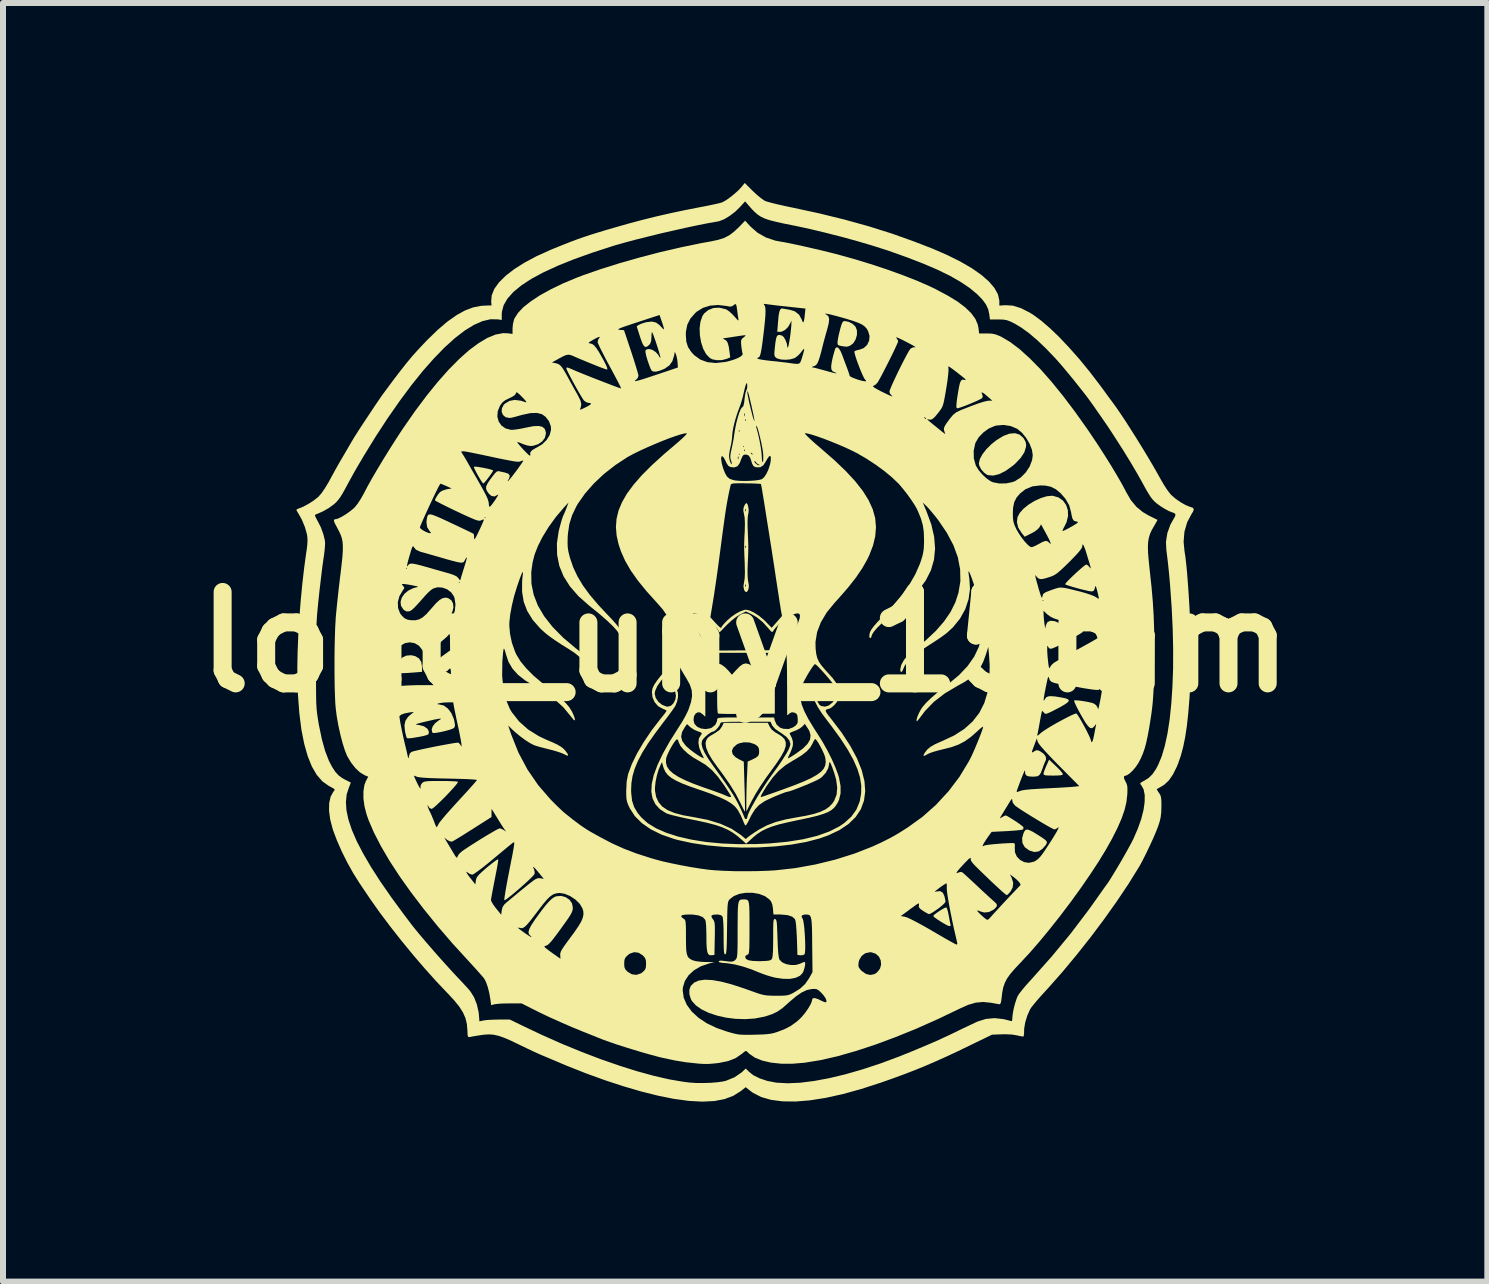
<source format=kicad_pcb>
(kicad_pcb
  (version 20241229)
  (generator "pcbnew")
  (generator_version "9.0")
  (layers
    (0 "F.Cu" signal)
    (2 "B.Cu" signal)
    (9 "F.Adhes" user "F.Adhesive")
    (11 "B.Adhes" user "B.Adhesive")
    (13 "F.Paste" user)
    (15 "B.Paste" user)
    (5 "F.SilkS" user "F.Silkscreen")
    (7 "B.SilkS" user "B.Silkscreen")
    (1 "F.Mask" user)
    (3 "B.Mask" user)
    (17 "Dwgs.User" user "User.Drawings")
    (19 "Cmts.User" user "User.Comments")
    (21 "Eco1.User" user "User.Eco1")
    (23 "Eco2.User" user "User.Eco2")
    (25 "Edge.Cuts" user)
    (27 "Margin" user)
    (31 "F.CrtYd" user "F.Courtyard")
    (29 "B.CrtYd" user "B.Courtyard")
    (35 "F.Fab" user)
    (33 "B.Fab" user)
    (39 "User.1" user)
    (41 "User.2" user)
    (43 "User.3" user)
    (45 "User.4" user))
  (footprint "logo_uny_15mm"
    (layer "F.Cu")
    (at 9.369 7.65)
    (property "Reference" "logo_uny_15mm" (at 0 0 0) (layer "F.SilkS") (effects (font (size 1.524 1.524) (thickness 0.3))))
    (attr board_only exclude_from_pos_files exclude_from_bom)
    (fp_poly (pts (xy 5.18 2.069) (xy 5.232 2.12) (xy 5.272 2.165) (xy 5.293 2.195) (xy 5.295 2.202) (xy 5.287 2.214) (xy 5.257 2.221) (xy 5.201 2.225) (xy 5.134 2.226) (xy 5.056 2.225) (xy 5.007 2.222) (xy 4.982 2.214) (xy 4.973 2.202) (xy 4.972 2.197) (xy 4.979 2.166) (xy 4.998 2.114) (xy 5.019 2.064) (xy 5.065 1.96)) (stroke (width 0) (type solid)) (fill yes) (layer "F.SilkS"))
    (fp_poly (pts (xy -5.497 0.236) (xy -5.435 0.274) (xy -5.398 0.333) (xy -5.386 0.416) (xy -5.385 0.424) (xy -5.385 0.497) (xy -5.533 0.509) (xy -5.632 0.516) (xy -5.702 0.519) (xy -5.747 0.518) (xy -5.773 0.512) (xy -5.787 0.502) (xy -5.792 0.493) (xy -5.796 0.458) (xy -5.794 0.406) (xy -5.792 0.39) (xy -5.766 0.314) (xy -5.715 0.259) (xy -5.645 0.226) (xy -5.563 0.22)) (stroke (width 0) (type solid)) (fill yes) (layer "F.SilkS"))
    (fp_poly (pts (xy 4.742 3.137) (xy 4.799 3.166) (xy 4.878 3.214) (xy 4.923 3.243) (xy 4.987 3.286) (xy 5.022 3.318) (xy 5.029 3.348) (xy 5.009 3.385) (xy 4.964 3.436) (xy 4.957 3.444) (xy 4.894 3.489) (xy 4.821 3.5) (xy 4.74 3.476) (xy 4.73 3.471) (xy 4.659 3.418) (xy 4.621 3.35) (xy 4.616 3.269) (xy 4.639 3.186) (xy 4.657 3.15) (xy 4.676 3.13) (xy 4.703 3.125)) (stroke (width 0) (type solid)) (fill yes) (layer "F.SilkS"))
    (fp_poly (pts (xy -4.456 -2.919) (xy -4.372 -2.905) (xy -4.29 -2.888) (xy -4.239 -2.875) (xy -4.207 -2.863) (xy -4.2 -2.857) (xy -4.211 -2.836) (xy -4.237 -2.797) (xy -4.272 -2.749) (xy -4.309 -2.701) (xy -4.341 -2.663) (xy -4.361 -2.643) (xy -4.362 -2.642) (xy -4.377 -2.654) (xy -4.403 -2.691) (xy -4.436 -2.746) (xy -4.45 -2.77) (xy -4.484 -2.832) (xy -4.509 -2.883) (xy -4.522 -2.913) (xy -4.524 -2.917) (xy -4.506 -2.923)) (stroke (width 0) (type solid)) (fill yes) (layer "F.SilkS"))
    (fp_poly (pts (xy 3.354 4.423) (xy 3.365 4.445) (xy 3.379 4.492) (xy 3.392 4.554) (xy 3.392 4.555) (xy 3.404 4.621) (xy 3.415 4.676) (xy 3.422 4.708) (xy 3.423 4.731) (xy 3.405 4.735) (xy 3.365 4.721) (xy 3.302 4.685) (xy 3.258 4.659) (xy 3.2 4.621) (xy 3.157 4.59) (xy 3.136 4.569) (xy 3.135 4.566) (xy 3.15 4.546) (xy 3.187 4.517) (xy 3.235 4.484) (xy 3.285 4.453) (xy 3.327 4.43) (xy 3.352 4.423)) (stroke (width 0) (type solid)) (fill yes) (layer "F.SilkS"))
    (fp_poly (pts (xy 5.336 -0.276) (xy 5.38 -0.265) (xy 5.441 -0.247) (xy 5.509 -0.224) (xy 5.576 -0.2) (xy 5.606 -0.188) (xy 5.628 -0.176) (xy 5.621 -0.163) (xy 5.606 -0.153) (xy 5.567 -0.128) (xy 5.514 -0.098) (xy 5.455 -0.066) (xy 5.402 -0.039) (xy 5.363 -0.022) (xy 5.35 -0.018) (xy 5.326 -0.031) (xy 5.325 -0.032) (xy 5.319 -0.057) (xy 5.315 -0.104) (xy 5.312 -0.162) (xy 5.311 -0.219) (xy 5.312 -0.261) (xy 5.316 -0.278)) (stroke (width 0) (type solid)) (fill yes) (layer "F.SilkS"))
    (fp_poly (pts (xy 1.729 -5.335) (xy 1.795 -5.299) (xy 1.839 -5.256) (xy 1.863 -5.193) (xy 1.863 -5.118) (xy 1.841 -5.043) (xy 1.802 -4.98) (xy 1.758 -4.945) (xy 1.724 -4.929) (xy 1.695 -4.922) (xy 1.656 -4.925) (xy 1.598 -4.934) (xy 1.556 -4.945) (xy 1.54 -4.964) (xy 1.54 -5.005) (xy 1.54 -5.008) (xy 1.547 -5.056) (xy 1.561 -5.125) (xy 1.58 -5.2) (xy 1.582 -5.21) (xy 1.602 -5.28) (xy 1.618 -5.321) (xy 1.634 -5.342) (xy 1.654 -5.349) (xy 1.663 -5.349)) (stroke (width 0) (type solid)) (fill yes) (layer "F.SilkS"))
    (fp_poly (pts (xy 4.574 -3.457) (xy 4.635 -3.403) (xy 4.643 -3.392) (xy 4.674 -3.336) (xy 4.683 -3.286) (xy 4.68 -3.25) (xy 4.652 -3.16) (xy 4.59 -3.066) (xy 4.498 -2.97) (xy 4.46 -2.938) (xy 4.342 -2.853) (xy 4.233 -2.798) (xy 4.135 -2.774) (xy 4.05 -2.781) (xy 4.028 -2.789) (xy 3.978 -2.826) (xy 3.932 -2.88) (xy 3.902 -2.94) (xy 3.895 -2.978) (xy 3.911 -3.049) (xy 3.954 -3.129) (xy 4.021 -3.215) (xy 4.107 -3.3) (xy 4.191 -3.366) (xy 4.304 -3.435) (xy 4.407 -3.473) (xy 4.497 -3.48)) (stroke (width 0) (type solid)) (fill yes) (layer "F.SilkS"))
    (fp_poly (pts (xy 0.061 0.368) (xy 0.069 0.372) (xy 0.116 0.403) (xy 0.165 0.45) (xy 0.182 0.47) (xy 0.237 0.54) (xy 0.334 0.448) (xy 0.382 0.404) (xy 0.419 0.374) (xy 0.447 0.36) (xy 0.466 0.366) (xy 0.48 0.394) (xy 0.488 0.448) (xy 0.492 0.528) (xy 0.493 0.64) (xy 0.494 0.781) (xy 0.494 1.194) (xy 0.026 1.198) (xy -0.1 1.199) (xy -0.215 1.199) (xy -0.312 1.198) (xy -0.388 1.196) (xy -0.437 1.194) (xy -0.454 1.191) (xy -0.459 1.169) (xy -0.463 1.118) (xy -0.466 1.045) (xy -0.467 0.954) (xy -0.467 0.853) (xy -0.467 0.748) (xy -0.465 0.644) (xy -0.463 0.548) (xy -0.46 0.466) (xy -0.456 0.403) (xy -0.451 0.366) (xy -0.448 0.359) (xy -0.398 0.375) (xy -0.337 0.419) (xy -0.285 0.471) (xy -0.221 0.545) (xy -0.152 0.469) (xy -0.088 0.404) (xy -0.035 0.367) (xy 0.012 0.356)) (stroke (width 0) (type solid)) (fill yes) (layer "F.SilkS"))
    (fp_poly (pts (xy 0.408 1.41) (xy 0.444 1.461) (xy 0.503 1.507) (xy 0.541 1.528) (xy 0.609 1.572) (xy 0.655 1.618) (xy 0.677 1.672) (xy 0.676 1.735) (xy 0.65 1.812) (xy 0.599 1.906) (xy 0.524 2.019) (xy 0.472 2.091) (xy 0.354 2.254) (xy 0.258 2.395) (xy 0.179 2.522) (xy 0.114 2.638) (xy 0.097 2.671) (xy 0.02 2.827) (xy 0.019 2.666) (xy 0.02 2.584) (xy 0.022 2.48) (xy 0.025 2.366) (xy 0.029 2.256) (xy 0.03 2.248) (xy 0.042 1.992) (xy 0.123 1.956) (xy 0.183 1.925) (xy 0.217 1.897) (xy 0.231 1.86) (xy 0.233 1.822) (xy 0.228 1.771) (xy 0.207 1.736) (xy 0.162 1.705) (xy 0.149 1.699) (xy 0.069 1.674) (xy -0.02 1.671) (xy -0.103 1.689) (xy -0.144 1.71) (xy -0.2 1.762) (xy -0.221 1.816) (xy -0.208 1.87) (xy -0.159 1.921) (xy -0.106 1.953) (xy -0.023 1.994) (xy -0.011 2.408) (xy -0.007 2.526) (xy -0.005 2.631) (xy -0.003 2.719) (xy -0.003 2.784) (xy -0.003 2.82) (xy -0.004 2.827) (xy -0.013 2.814) (xy -0.034 2.775) (xy -0.062 2.717) (xy -0.081 2.678) (xy -0.157 2.531) (xy -0.257 2.37) (xy -0.382 2.191) (xy -0.459 2.088) (xy -0.55 1.96) (xy -0.614 1.852) (xy -0.65 1.762) (xy -0.66 1.69) (xy -0.658 1.676) (xy -0.647 1.633) (xy -0.625 1.598) (xy -0.586 1.566) (xy -0.521 1.528) (xy -0.501 1.517) (xy -0.424 1.462) (xy -0.388 1.41) (xy -0.357 1.346) (xy 0.378 1.346)) (stroke (width 0) (type solid)) (fill yes) (layer "F.SilkS"))
    (fp_poly (pts (xy 0.037 -2.3) (xy 0.05 -2.26) (xy 0.058 -2.209) (xy 0.056 -2.159) (xy 0.051 -2.136) (xy 0.044 -2.094) (xy 0.04 -2.024) (xy 0.04 -1.932) (xy 0.043 -1.854) (xy 0.047 -1.751) (xy 0.05 -1.675) (xy 0.052 -1.615) (xy 0.052 -1.562) (xy 0.051 -1.507) (xy 0.049 -1.44) (xy 0.045 -1.352) (xy 0.043 -1.312) (xy 0.039 -1.191) (xy 0.041 -1.094) (xy 0.047 -1.027) (xy 0.051 -1.006) (xy 0.061 -0.95) (xy 0.059 -0.899) (xy 0.046 -0.859) (xy 0.028 -0.835) (xy 0.007 -0.835) (xy -0.015 -0.863) (xy -0.019 -0.873) (xy -0.029 -0.93) (xy -0.027 -0.944) (xy 0.001 -0.944) (xy 0.005 -0.921) (xy 0.011 -0.92) (xy 0.015 -0.944) (xy 0.012 -0.955) (xy 0.004 -0.962) (xy 0.001 -0.944) (xy -0.027 -0.944) (xy -0.018 -0.998) (xy -0.008 -1.061) (xy -0.004 -1.157) (xy -0.007 -1.283) (xy -0.007 -1.303) (xy -0.012 -1.413) (xy -0.015 -1.497) (xy -0.017 -1.564) (xy -0.017 -1.59) (xy 0.001 -1.59) (xy 0.005 -1.567) (xy 0.011 -1.567) (xy 0.015 -1.591) (xy 0.012 -1.601) (xy 0.004 -1.608) (xy 0.001 -1.59) (xy -0.017 -1.59) (xy -0.017 -1.624) (xy -0.015 -1.687) (xy -0.012 -1.762) (xy -0.007 -1.847) (xy -0.004 -1.979) (xy -0.009 -2.077) (xy -0.019 -2.129) (xy -0.031 -2.19) (xy -0.03 -2.2) (xy 0.001 -2.2) (xy 0.005 -2.177) (xy 0.011 -2.177) (xy 0.015 -2.201) (xy 0.012 -2.211) (xy 0.004 -2.218) (xy 0.001 -2.2) (xy -0.03 -2.2) (xy -0.027 -2.236) (xy -0.018 -2.262) (xy 0.001 -2.299) (xy 0.018 -2.316) (xy 0.019 -2.316)) (stroke (width 0) (type solid)) (fill yes) (layer "F.SilkS"))
    (fp_poly (pts (xy 0.023 4.293) (xy 0.041 4.302) (xy 0.055 4.323) (xy 0.063 4.358) (xy 0.068 4.412) (xy 0.071 4.489) (xy 0.072 4.593) (xy 0.072 4.728) (xy 0.072 4.757) (xy 0.072 4.894) (xy 0.071 5) (xy 0.07 5.079) (xy 0.067 5.134) (xy 0.063 5.171) (xy 0.058 5.193) (xy 0.05 5.204) (xy 0.04 5.21) (xy 0.036 5.211) (xy 0.007 5.23) (xy 0 5.248) (xy 0.013 5.281) (xy 0.053 5.303) (xy 0.124 5.315) (xy 0.226 5.319) (xy 0.251 5.319) (xy 0.334 5.316) (xy 0.388 5.311) (xy 0.421 5.302) (xy 0.441 5.288) (xy 0.444 5.284) (xy 0.453 5.26) (xy 0.459 5.213) (xy 0.464 5.141) (xy 0.466 5.039) (xy 0.467 4.932) (xy 0.467 4.817) (xy 0.468 4.733) (xy 0.47 4.676) (xy 0.474 4.641) (xy 0.481 4.623) (xy 0.49 4.616) (xy 0.498 4.617) (xy 0.51 4.622) (xy 0.518 4.637) (xy 0.525 4.665) (xy 0.53 4.713) (xy 0.533 4.784) (xy 0.537 4.885) (xy 0.539 4.937) (xy 0.544 5.076) (xy 0.551 5.18) (xy 0.56 5.251) (xy 0.57 5.291) (xy 0.571 5.292) (xy 0.615 5.337) (xy 0.682 5.368) (xy 0.762 5.383) (xy 0.844 5.382) (xy 0.917 5.361) (xy 0.922 5.358) (xy 0.963 5.339) (xy 0.991 5.331) (xy 0.991 5.331) (xy 1 5.346) (xy 0.999 5.384) (xy 0.988 5.435) (xy 0.971 5.487) (xy 0.96 5.512) (xy 0.914 5.562) (xy 0.841 5.596) (xy 0.746 5.614) (xy 0.632 5.613) (xy 0.506 5.595) (xy 0.453 5.582) (xy 0.374 5.559) (xy 0.295 5.533) (xy 0.238 5.51) (xy 0.097 5.453) (xy -0.046 5.406) (xy -0.181 5.372) (xy -0.298 5.354) (xy -0.31 5.353) (xy -0.389 5.346) (xy -0.433 5.336) (xy -0.443 5.324) (xy -0.422 5.311) (xy -0.393 5.31) (xy -0.347 5.316) (xy -0.288 5.323) (xy -0.275 5.325) (xy -0.22 5.327) (xy -0.183 5.314) (xy -0.163 5.297) (xy -0.152 5.284) (xy -0.143 5.268) (xy -0.136 5.245) (xy -0.132 5.21) (xy -0.129 5.159) (xy -0.127 5.088) (xy -0.126 4.991) (xy -0.126 4.865) (xy -0.126 4.796) (xy -0.125 4.649) (xy -0.124 4.533) (xy -0.122 4.445) (xy -0.117 4.381) (xy -0.109 4.338) (xy -0.098 4.311) (xy -0.082 4.297) (xy -0.061 4.291) (xy -0.035 4.29) (xy -0.034 4.29) (xy -0.002 4.29)) (stroke (width 0) (type solid)) (fill yes) (layer "F.SilkS"))
    (fp_poly (pts (xy 0.127 -7.517) (xy 0.191 -7.457) (xy 0.255 -7.404) (xy 0.308 -7.365) (xy 0.332 -7.351) (xy 0.371 -7.338) (xy 0.439 -7.319) (xy 0.529 -7.297) (xy 0.635 -7.273) (xy 0.75 -7.248) (xy 0.781 -7.242) (xy 1.234 -7.144) (xy 1.658 -7.04) (xy 2.061 -6.928) (xy 2.449 -6.806) (xy 2.829 -6.67) (xy 3.123 -6.556) (xy 3.371 -6.448) (xy 3.59 -6.339) (xy 3.779 -6.229) (xy 3.936 -6.119) (xy 4.061 -6.01) (xy 4.153 -5.902) (xy 4.212 -5.796) (xy 4.236 -5.692) (xy 4.236 -5.674) (xy 4.236 -5.607) (xy 4.34 -5.614) (xy 4.462 -5.606) (xy 4.597 -5.564) (xy 4.744 -5.489) (xy 4.802 -5.453) (xy 4.936 -5.354) (xy 5.083 -5.227) (xy 5.24 -5.076) (xy 5.404 -4.902) (xy 5.573 -4.711) (xy 5.742 -4.504) (xy 5.909 -4.286) (xy 5.945 -4.237) (xy 6 -4.162) (xy 6.05 -4.093) (xy 6.091 -4.038) (xy 6.116 -4.005) (xy 6.117 -4.003) (xy 6.176 -3.922) (xy 6.249 -3.816) (xy 6.334 -3.689) (xy 6.425 -3.547) (xy 6.521 -3.395) (xy 6.617 -3.24) (xy 6.71 -3.086) (xy 6.797 -2.939) (xy 6.874 -2.804) (xy 6.931 -2.702) (xy 6.979 -2.62) (xy 7.03 -2.541) (xy 7.078 -2.477) (xy 7.105 -2.447) (xy 7.175 -2.387) (xy 7.257 -2.33) (xy 7.34 -2.283) (xy 7.411 -2.254) (xy 7.418 -2.252) (xy 7.463 -2.236) (xy 7.477 -2.211) (xy 7.464 -2.172) (xy 7.443 -2.14) (xy 7.367 -1.997) (xy 7.321 -1.84) (xy 7.307 -1.671) (xy 7.321 -1.524) (xy 7.336 -1.425) (xy 7.35 -1.306) (xy 7.364 -1.165) (xy 7.377 -0.998) (xy 7.391 -0.802) (xy 7.405 -0.573) (xy 7.422 -0.216) (xy 7.429 0.115) (xy 7.428 0.429) (xy 7.417 0.736) (xy 7.404 0.951) (xy 7.384 1.193) (xy 7.361 1.403) (xy 7.333 1.587) (xy 7.3 1.749) (xy 7.261 1.894) (xy 7.215 2.026) (xy 7.192 2.082) (xy 7.128 2.21) (xy 7.06 2.308) (xy 6.985 2.378) (xy 6.942 2.405) (xy 6.896 2.431) (xy 6.866 2.448) (xy 6.86 2.452) (xy 6.866 2.467) (xy 6.887 2.501) (xy 6.896 2.513) (xy 6.916 2.544) (xy 6.928 2.577) (xy 6.935 2.621) (xy 6.937 2.686) (xy 6.937 2.744) (xy 6.934 2.841) (xy 6.925 2.919) (xy 6.908 2.993) (xy 6.886 3.061) (xy 6.85 3.155) (xy 6.801 3.27) (xy 6.743 3.396) (xy 6.683 3.522) (xy 6.624 3.639) (xy 6.571 3.737) (xy 6.558 3.758) (xy 6.388 4.032) (xy 6.195 4.32) (xy 5.984 4.617) (xy 5.76 4.916) (xy 5.528 5.209) (xy 5.294 5.491) (xy 5.063 5.753) (xy 5.008 5.813) (xy 4.933 5.895) (xy 4.865 5.972) (xy 4.809 6.04) (xy 4.768 6.091) (xy 4.749 6.12) (xy 4.701 6.229) (xy 4.667 6.341) (xy 4.65 6.444) (xy 4.649 6.471) (xy 4.648 6.525) (xy 4.643 6.563) (xy 4.64 6.573) (xy 4.619 6.574) (xy 4.575 6.566) (xy 4.537 6.557) (xy 4.448 6.542) (xy 4.335 6.537) (xy 4.279 6.538) (xy 4.114 6.544) (xy 3.776 6.708) (xy 3.551 6.817) (xy 3.35 6.911) (xy 3.166 6.993) (xy 2.993 7.068) (xy 2.823 7.137) (xy 2.649 7.204) (xy 2.464 7.272) (xy 2.262 7.343) (xy 1.932 7.45) (xy 1.624 7.535) (xy 1.338 7.598) (xy 1.075 7.639) (xy 0.835 7.658) (xy 0.62 7.655) (xy 0.43 7.63) (xy 0.267 7.583) (xy 0.13 7.513) (xy 0.081 7.477) (xy 0.009 7.419) (xy -0.076 7.487) (xy -0.198 7.563) (xy -0.344 7.618) (xy -0.514 7.65) (xy -0.71 7.66) (xy -0.934 7.648) (xy -0.96 7.645) (xy -1.193 7.613) (xy -1.451 7.561) (xy -1.731 7.491) (xy -2.029 7.404) (xy -2.34 7.302) (xy -2.662 7.185) (xy -2.99 7.055) (xy -3.141 6.991) (xy -3.226 6.955) (xy -3.313 6.918) (xy -3.387 6.887) (xy -3.402 6.881) (xy -3.455 6.857) (xy -3.533 6.822) (xy -3.625 6.778) (xy -3.725 6.73) (xy -3.781 6.703) (xy -3.912 6.64) (xy -4.02 6.594) (xy -4.11 6.563) (xy -4.189 6.545) (xy -4.263 6.539) (xy -4.34 6.543) (xy -4.394 6.55) (xy -4.468 6.561) (xy -4.532 6.572) (xy -4.576 6.58) (xy -4.579 6.581) (xy -4.604 6.585) (xy -4.618 6.578) (xy -4.625 6.554) (xy -4.628 6.504) (xy -4.629 6.472) (xy -4.638 6.366) (xy -4.661 6.27) (xy -4.702 6.176) (xy -4.762 6.08) (xy -4.846 5.976) (xy -4.956 5.857) (xy -4.965 5.848) (xy -5.147 5.656) (xy -5.34 5.441) (xy -5.536 5.213) (xy -5.73 4.976) (xy -5.916 4.74) (xy -6.088 4.511) (xy -6.241 4.295) (xy -6.281 4.236) (xy -6.33 4.163) (xy -6.375 4.097) (xy -6.409 4.046) (xy -6.426 4.021) (xy -6.528 3.859) (xy -6.629 3.679) (xy -6.723 3.491) (xy -6.804 3.306) (xy -6.868 3.136) (xy -6.875 3.114) (xy -6.916 2.957) (xy -6.935 2.813) (xy -6.933 2.685) (xy -6.909 2.578) (xy -6.864 2.495) (xy -6.86 2.491) (xy -6.845 2.472) (xy -6.841 2.459) (xy -6.855 2.445) (xy -6.89 2.424) (xy -6.94 2.398) (xy -7.046 2.322) (xy -7.14 2.214) (xy -7.222 2.074) (xy -7.291 1.902) (xy -7.349 1.697) (xy -7.396 1.459) (xy -7.43 1.188) (xy -7.453 0.883) (xy -7.462 0.655) (xy -7.464 0.425) (xy -7.459 0.168) (xy -7.448 -0.107) (xy -7.431 -0.394) (xy -7.408 -0.682) (xy -7.381 -0.965) (xy -7.35 -1.235) (xy -7.322 -1.442) (xy -7.306 -1.549) (xy -7.297 -1.63) (xy -7.294 -1.691) (xy -7.296 -1.742) (xy -7.302 -1.789) (xy -7.304 -1.798) (xy -7.337 -1.915) (xy -7.388 -2.038) (xy -7.425 -2.105) (xy -7.169 -2.105) (xy -7.156 -2.074) (xy -7.127 -2.021) (xy -7.071 -1.91) (xy -7.03 -1.797) (xy -7.005 -1.695) (xy -7.001 -1.639) (xy -7.004 -1.586) (xy -7.011 -1.51) (xy -7.022 -1.426) (xy -7.027 -1.395) (xy -7.036 -1.33) (xy -7.049 -1.236) (xy -7.063 -1.121) (xy -7.078 -0.993) (xy -7.094 -0.859) (xy -7.102 -0.781) (xy -7.115 -0.663) (xy -7.125 -0.559) (xy -7.134 -0.464) (xy -7.14 -0.371) (xy -7.145 -0.276) (xy -7.148 -0.172) (xy -7.15 -0.053) (xy -7.151 0.085) (xy -7.152 0.25) (xy -7.152 0.386) (xy -7.152 0.566) (xy -7.152 0.715) (xy -7.151 0.837) (xy -7.15 0.937) (xy -7.148 1.019) (xy -7.144 1.089) (xy -7.139 1.151) (xy -7.132 1.208) (xy -7.123 1.267) (xy -7.113 1.332) (xy -7.103 1.388) (xy -7.055 1.62) (xy -7 1.817) (xy -6.937 1.98) (xy -6.884 2.082) (xy -6.829 2.165) (xy -6.775 2.224) (xy -6.711 2.27) (xy -6.66 2.298) (xy -6.612 2.322) (xy -6.581 2.338) (xy -6.574 2.342) (xy -6.578 2.359) (xy -6.593 2.398) (xy -6.604 2.425) (xy -6.641 2.538) (xy -6.654 2.665) (xy -6.645 2.805) (xy -6.612 2.96) (xy -6.555 3.131) (xy -6.474 3.319) (xy -6.367 3.524) (xy -6.236 3.749) (xy -6.079 3.993) (xy -5.895 4.258) (xy -5.685 4.544) (xy -5.544 4.73) (xy -5.49 4.797) (xy -5.418 4.884) (xy -5.331 4.987) (xy -5.234 5.099) (xy -5.134 5.214) (xy -5.034 5.326) (xy -4.939 5.431) (xy -4.856 5.522) (xy -4.79 5.592) (xy -4.724 5.662) (xy -4.662 5.729) (xy -4.61 5.786) (xy -4.58 5.822) (xy -4.518 5.921) (xy -4.471 6.042) (xy -4.442 6.171) (xy -4.438 6.208) (xy -4.429 6.322) (xy -4.364 6.308) (xy -4.318 6.301) (xy -4.248 6.296) (xy -4.164 6.293) (xy -4.111 6.292) (xy -3.922 6.292) (xy -3.725 6.388) (xy -3.392 6.546) (xy -3.059 6.694) (xy -2.731 6.829) (xy -2.409 6.952) (xy -2.098 7.06) (xy -1.802 7.153) (xy -1.522 7.23) (xy -1.264 7.289) (xy -1.03 7.329) (xy -0.935 7.341) (xy -0.822 7.349) (xy -0.699 7.35) (xy -0.574 7.346) (xy -0.46 7.337) (xy -0.365 7.323) (xy -0.322 7.313) (xy -0.179 7.255) (xy -0.059 7.173) (xy -0.044 7.159) (xy 0.011 7.108) (xy 0.061 7.16) (xy 0.138 7.221) (xy 0.244 7.273) (xy 0.37 7.315) (xy 0.511 7.342) (xy 0.526 7.344) (xy 0.707 7.354) (xy 0.915 7.345) (xy 1.147 7.316) (xy 1.401 7.269) (xy 1.672 7.204) (xy 1.96 7.121) (xy 2.26 7.022) (xy 2.571 6.906) (xy 2.755 6.832) (xy 2.901 6.771) (xy 3.021 6.721) (xy 3.121 6.678) (xy 3.21 6.639) (xy 3.294 6.6) (xy 3.381 6.56) (xy 3.477 6.514) (xy 3.5 6.503) (xy 3.6 6.454) (xy 3.697 6.408) (xy 3.782 6.368) (xy 3.848 6.337) (xy 3.876 6.324) (xy 4.011 6.282) (xy 4.156 6.268) (xy 4.301 6.284) (xy 4.323 6.289) (xy 4.382 6.304) (xy 4.426 6.315) (xy 4.444 6.319) (xy 4.45 6.303) (xy 4.452 6.269) (xy 4.459 6.2) (xy 4.475 6.112) (xy 4.499 6.021) (xy 4.525 5.941) (xy 4.543 5.898) (xy 4.569 5.859) (xy 4.614 5.801) (xy 4.673 5.73) (xy 4.741 5.654) (xy 4.773 5.619) (xy 5.106 5.245) (xy 5.425 4.859) (xy 5.72 4.47) (xy 5.855 4.281) (xy 5.909 4.204) (xy 5.959 4.133) (xy 5.999 4.077) (xy 6.025 4.042) (xy 6.027 4.039) (xy 6.058 3.995) (xy 6.102 3.925) (xy 6.156 3.837) (xy 6.216 3.737) (xy 6.278 3.631) (xy 6.338 3.526) (xy 6.393 3.427) (xy 6.439 3.342) (xy 6.471 3.279) (xy 6.544 3.11) (xy 6.601 2.95) (xy 6.639 2.8) (xy 6.658 2.665) (xy 6.659 2.549) (xy 6.64 2.454) (xy 6.601 2.385) (xy 6.595 2.379) (xy 6.584 2.362) (xy 6.592 2.346) (xy 6.626 2.324) (xy 6.656 2.309) (xy 6.727 2.263) (xy 6.788 2.203) (xy 6.845 2.119) (xy 6.881 2.052) (xy 6.942 1.907) (xy 6.994 1.73) (xy 7.039 1.522) (xy 7.075 1.287) (xy 7.102 1.026) (xy 7.121 0.742) (xy 7.132 0.437) (xy 7.133 0.114) (xy 7.125 -0.225) (xy 7.108 -0.578) (xy 7.082 -0.942) (xy 7.063 -1.158) (xy 7.052 -1.262) (xy 7.041 -1.363) (xy 7.03 -1.451) (xy 7.022 -1.516) (xy 7.02 -1.53) (xy 7.013 -1.67) (xy 7.036 -1.816) (xy 7.087 -1.956) (xy 7.136 -2.044) (xy 7.166 -2.097) (xy 7.171 -2.13) (xy 7.148 -2.151) (xy 7.113 -2.162) (xy 7.061 -2.183) (xy 6.994 -2.219) (xy 6.922 -2.264) (xy 6.856 -2.312) (xy 6.833 -2.332) (xy 6.798 -2.367) (xy 6.764 -2.409) (xy 6.727 -2.466) (xy 6.681 -2.543) (xy 6.624 -2.647) (xy 6.624 -2.648) (xy 6.531 -2.813) (xy 6.422 -2.998) (xy 6.301 -3.195) (xy 6.173 -3.395) (xy 6.045 -3.591) (xy 5.921 -3.771) (xy 5.869 -3.845) (xy 5.817 -3.92) (xy 5.773 -3.982) (xy 5.763 -3.996) (xy 5.709 -4.07) (xy 5.637 -4.164) (xy 5.553 -4.27) (xy 5.463 -4.383) (xy 5.372 -4.493) (xy 5.287 -4.595) (xy 5.212 -4.681) (xy 5.168 -4.73) (xy 5.009 -4.896) (xy 4.864 -5.034) (xy 4.732 -5.146) (xy 4.609 -5.236) (xy 4.491 -5.307) (xy 4.488 -5.308) (xy 4.417 -5.343) (xy 4.363 -5.363) (xy 4.309 -5.373) (xy 4.24 -5.376) (xy 4.218 -5.376) (xy 4.079 -5.376) (xy 4.069 -5.46) (xy 4.05 -5.547) (xy 4.013 -5.626) (xy 3.954 -5.707) (xy 3.867 -5.796) (xy 3.864 -5.799) (xy 3.742 -5.9) (xy 3.592 -6.001) (xy 3.414 -6.103) (xy 3.205 -6.205) (xy 2.964 -6.308) (xy 2.69 -6.414) (xy 2.383 -6.523) (xy 2.327 -6.541) (xy 2.11 -6.61) (xy 1.868 -6.681) (xy 1.611 -6.752) (xy 1.348 -6.819) (xy 1.09 -6.881) (xy 0.847 -6.934) (xy 0.79 -6.945) (xy 0.636 -6.976) (xy 0.512 -7.004) (xy 0.413 -7.029) (xy 0.334 -7.055) (xy 0.27 -7.084) (xy 0.216 -7.118) (xy 0.166 -7.16) (xy 0.115 -7.211) (xy 0.059 -7.275) (xy 0.058 -7.276) (xy -0.001 -7.344) (xy -0.086 -7.25) (xy -0.168 -7.17) (xy -0.259 -7.101) (xy -0.35 -7.046) (xy -0.432 -7.014) (xy -0.454 -7.009) (xy -0.605 -6.983) (xy -0.783 -6.948) (xy -0.981 -6.906) (xy -1.19 -6.859) (xy -1.405 -6.81) (xy -1.616 -6.758) (xy -1.817 -6.708) (xy -2 -6.659) (xy -2.159 -6.614) (xy -2.208 -6.599) (xy -2.55 -6.488) (xy -2.857 -6.378) (xy -3.128 -6.269) (xy -3.364 -6.16) (xy -3.566 -6.051) (xy -3.732 -5.942) (xy -3.864 -5.833) (xy -3.961 -5.724) (xy -4.025 -5.614) (xy -4.054 -5.504) (xy -4.057 -5.462) (xy -4.057 -5.367) (xy -4.126 -5.378) (xy -4.246 -5.379) (xy -4.378 -5.348) (xy -4.521 -5.285) (xy -4.674 -5.191) (xy -4.836 -5.066) (xy -5.007 -4.912) (xy -5.185 -4.729) (xy -5.371 -4.519) (xy -5.562 -4.281) (xy -5.758 -4.017) (xy -5.959 -3.729) (xy -6.164 -3.415) (xy -6.349 -3.114) (xy -6.411 -3.009) (xy -6.476 -2.899) (xy -6.536 -2.793) (xy -6.586 -2.702) (xy -6.606 -2.666) (xy -6.664 -2.558) (xy -6.709 -2.477) (xy -6.747 -2.416) (xy -6.781 -2.37) (xy -6.814 -2.332) (xy -6.852 -2.297) (xy -6.86 -2.291) (xy -6.938 -2.234) (xy -7.034 -2.179) (xy -7.13 -2.136) (xy -7.15 -2.129) (xy -7.167 -2.121) (xy -7.169 -2.105) (xy -7.425 -2.105) (xy -7.449 -2.147) (xy -7.45 -2.149) (xy -7.474 -2.188) (xy -7.478 -2.206) (xy -7.463 -2.216) (xy -7.456 -2.219) (xy -7.37 -2.253) (xy -7.277 -2.303) (xy -7.188 -2.36) (xy -7.118 -2.416) (xy -7.11 -2.423) (xy -7.059 -2.482) (xy -7.002 -2.566) (xy -6.942 -2.665) (xy -6.922 -2.702) (xy -6.875 -2.789) (xy -6.827 -2.876) (xy -6.785 -2.951) (xy -6.758 -2.998) (xy -6.723 -3.058) (xy -6.677 -3.136) (xy -6.628 -3.22) (xy -6.606 -3.258) (xy -6.57 -3.32) (xy -6.539 -3.372) (xy -6.511 -3.419) (xy -6.48 -3.467) (xy -6.445 -3.523) (xy -6.4 -3.592) (xy -6.342 -3.68) (xy -6.276 -3.779) (xy -6.209 -3.88) (xy -6.157 -3.958) (xy -6.115 -4.019) (xy -6.08 -4.071) (xy -6.045 -4.121) (xy -6.006 -4.173) (xy -5.959 -4.237) (xy -5.899 -4.318) (xy -5.88 -4.344) (xy -5.761 -4.5) (xy -5.655 -4.635) (xy -5.556 -4.755) (xy -5.455 -4.868) (xy -5.347 -4.983) (xy -5.299 -5.033) (xy -5.125 -5.202) (xy -4.964 -5.339) (xy -4.813 -5.446) (xy -4.671 -5.525) (xy -4.533 -5.577) (xy -4.399 -5.603) (xy -4.336 -5.607) (xy -4.227 -5.61) (xy -4.233 -5.673) (xy -4.224 -5.778) (xy -4.181 -5.885) (xy -4.103 -5.993) (xy -3.993 -6.103) (xy -3.851 -6.213) (xy -3.679 -6.322) (xy -3.477 -6.43) (xy -3.245 -6.535) (xy -3.168 -6.567) (xy -3.026 -6.624) (xy -2.904 -6.672) (xy -2.794 -6.713) (xy -2.688 -6.75) (xy -2.577 -6.787) (xy -2.454 -6.825) (xy -2.309 -6.869) (xy -2.199 -6.901) (xy -1.954 -6.971) (xy -1.722 -7.033) (xy -1.493 -7.09) (xy -1.258 -7.144) (xy -1.008 -7.197) (xy -0.733 -7.251) (xy -0.674 -7.262) (xy -0.58 -7.281) (xy -0.495 -7.299) (xy -0.427 -7.315) (xy -0.385 -7.327) (xy -0.378 -7.33) (xy -0.322 -7.361) (xy -0.251 -7.411) (xy -0.178 -7.47) (xy -0.111 -7.53) (xy -0.068 -7.576) (xy -0.007 -7.65)) (stroke (width 0) (type solid)) (fill yes) (layer "F.SilkS"))
    (fp_poly (pts (xy 0.091 -6.922) (xy 0.207 -6.821) (xy 0.346 -6.742) (xy 0.501 -6.69) (xy 0.574 -6.676) (xy 0.645 -6.664) (xy 0.743 -6.645) (xy 0.862 -6.62) (xy 0.994 -6.591) (xy 1.133 -6.559) (xy 1.271 -6.527) (xy 1.401 -6.495) (xy 1.508 -6.468) (xy 1.799 -6.388) (xy 2.085 -6.301) (xy 2.361 -6.21) (xy 2.622 -6.116) (xy 2.862 -6.022) (xy 3.075 -5.929) (xy 3.184 -5.876) (xy 3.379 -5.772) (xy 3.541 -5.673) (xy 3.669 -5.576) (xy 3.767 -5.481) (xy 3.836 -5.386) (xy 3.877 -5.29) (xy 3.889 -5.23) (xy 3.899 -5.143) (xy 4.028 -5.143) (xy 4.107 -5.14) (xy 4.169 -5.128) (xy 4.234 -5.103) (xy 4.273 -5.085) (xy 4.418 -4.999) (xy 4.574 -4.881) (xy 4.741 -4.73) (xy 4.919 -4.55) (xy 5.105 -4.339) (xy 5.299 -4.1) (xy 5.5 -3.834) (xy 5.708 -3.541) (xy 5.874 -3.294) (xy 5.986 -3.12) (xy 6.092 -2.951) (xy 6.188 -2.791) (xy 6.271 -2.648) (xy 6.336 -2.527) (xy 6.346 -2.506) (xy 6.428 -2.365) (xy 6.52 -2.254) (xy 6.627 -2.166) (xy 6.726 -2.108) (xy 6.789 -2.077) (xy 6.839 -2.052) (xy 6.867 -2.038) (xy 6.871 -2.036) (xy 6.865 -2.021) (xy 6.844 -1.983) (xy 6.814 -1.931) (xy 6.812 -1.928) (xy 6.775 -1.863) (xy 6.747 -1.801) (xy 6.728 -1.738) (xy 6.716 -1.667) (xy 6.712 -1.585) (xy 6.715 -1.484) (xy 6.725 -1.361) (xy 6.741 -1.209) (xy 6.748 -1.144) (xy 6.774 -0.901) (xy 6.794 -0.669) (xy 6.808 -0.44) (xy 6.816 -0.204) (xy 6.819 0.048) (xy 6.817 0.325) (xy 6.816 0.386) (xy 6.813 0.558) (xy 6.809 0.7) (xy 6.805 0.819) (xy 6.799 0.92) (xy 6.792 1.01) (xy 6.783 1.096) (xy 6.772 1.183) (xy 6.761 1.257) (xy 6.734 1.427) (xy 6.708 1.567) (xy 6.683 1.683) (xy 6.656 1.781) (xy 6.626 1.866) (xy 6.592 1.944) (xy 6.551 2.021) (xy 6.549 2.024) (xy 6.508 2.084) (xy 6.459 2.142) (xy 6.408 2.19) (xy 6.364 2.22) (xy 6.342 2.226) (xy 6.314 2.237) (xy 6.314 2.272) (xy 6.338 2.324) (xy 6.357 2.361) (xy 6.368 2.399) (xy 6.371 2.448) (xy 6.37 2.52) (xy 6.368 2.545) (xy 6.354 2.668) (xy 6.323 2.798) (xy 6.274 2.94) (xy 6.205 3.098) (xy 6.116 3.275) (xy 6.01 3.464) (xy 5.891 3.659) (xy 5.751 3.872) (xy 5.596 4.097) (xy 5.429 4.328) (xy 5.255 4.558) (xy 5.079 4.781) (xy 4.906 4.991) (xy 4.74 5.182) (xy 4.588 5.345) (xy 4.492 5.447) (xy 4.418 5.533) (xy 4.364 5.609) (xy 4.327 5.681) (xy 4.301 5.757) (xy 4.284 5.843) (xy 4.275 5.924) (xy 4.266 5.99) (xy 4.255 6.026) (xy 4.24 6.037) (xy 4.236 6.037) (xy 4.206 6.032) (xy 4.152 6.022) (xy 4.088 6.011) (xy 3.965 5.999) (xy 3.844 6.01) (xy 3.716 6.047) (xy 3.59 6.103) (xy 3.221 6.28) (xy 2.86 6.441) (xy 2.508 6.584) (xy 2.169 6.71) (xy 1.846 6.816) (xy 1.541 6.903) (xy 1.258 6.968) (xy 0.999 7.01) (xy 0.995 7.011) (xy 0.791 7.028) (xy 0.603 7.028) (xy 0.432 7.01) (xy 0.284 6.976) (xy 0.161 6.926) (xy 0.067 6.861) (xy 0.045 6.839) (xy 0.024 6.819) (xy 0.006 6.816) (xy -0.02 6.834) (xy -0.051 6.86) (xy -0.156 6.933) (xy -0.283 6.984) (xy -0.436 7.015) (xy -0.458 7.018) (xy -0.548 7.027) (xy -0.618 7.032) (xy -0.681 7.032) (xy -0.754 7.028) (xy -0.799 7.024) (xy -0.987 7.004) (xy -1.175 6.973) (xy -1.376 6.93) (xy -1.455 6.911) (xy -1.573 6.879) (xy -1.708 6.841) (xy -1.851 6.798) (xy -1.997 6.753) (xy -2.135 6.709) (xy -2.26 6.666) (xy -2.363 6.629) (xy -2.416 6.608) (xy -2.467 6.588) (xy -2.541 6.558) (xy -2.63 6.522) (xy -2.722 6.486) (xy -2.728 6.483) (xy -2.894 6.415) (xy -3.075 6.336) (xy -3.258 6.254) (xy -3.43 6.172) (xy -3.572 6.101) (xy -3.725 6.023) (xy -3.922 6.023) (xy -4.009 6.024) (xy -4.088 6.027) (xy -4.149 6.033) (xy -4.177 6.037) (xy -4.234 6.052) (xy -4.245 5.965) (xy -4.263 5.858) (xy -4.288 5.756) (xy -4.318 5.67) (xy -4.348 5.611) (xy -4.373 5.58) (xy -4.418 5.529) (xy -4.477 5.462) (xy -4.547 5.385) (xy -4.572 5.358) (xy -2.016 5.358) (xy -2.013 5.416) (xy -1.997 5.456) (xy -1.962 5.493) (xy -1.959 5.496) (xy -1.888 5.538) (xy -1.812 5.547) (xy -1.737 5.522) (xy -1.707 5.5) (xy -1.673 5.466) (xy -1.656 5.431) (xy -1.652 5.378) (xy -1.651 5.364) (xy -1.655 5.304) (xy -1.67 5.264) (xy -1.702 5.227) (xy -1.707 5.222) (xy -1.777 5.178) (xy -1.85 5.169) (xy -1.924 5.194) (xy -1.959 5.221) (xy -1.996 5.259) (xy -2.012 5.298) (xy -2.016 5.354) (xy -2.016 5.358) (xy -4.572 5.358) (xy -4.613 5.313) (xy -4.88 5.021) (xy -5.102 4.763) (xy -3.788 4.763) (xy -3.788 4.763) (xy -3.758 4.788) (xy -3.713 4.821) (xy -3.662 4.858) (xy -3.614 4.89) (xy -3.578 4.912) (xy -3.565 4.918) (xy -3.563 4.91) (xy -3.58 4.895) (xy -3.605 4.867) (xy -3.611 4.83) (xy -3.597 4.781) (xy -3.561 4.714) (xy -3.503 4.626) (xy -3.485 4.601) (xy -3.398 4.481) (xy -3.326 4.389) (xy -3.267 4.322) (xy -3.218 4.276) (xy -3.175 4.248) (xy -3.149 4.238) (xy -3.067 4.231) (xy -2.991 4.252) (xy -2.928 4.295) (xy -2.886 4.356) (xy -2.872 4.425) (xy -2.875 4.46) (xy -2.886 4.497) (xy -2.907 4.54) (xy -2.944 4.598) (xy -2.999 4.677) (xy -3.006 4.686) (xy -3.089 4.802) (xy -3.155 4.891) (xy -3.206 4.958) (xy -3.245 5.004) (xy -3.275 5.035) (xy -3.299 5.053) (xy -3.32 5.062) (xy -3.321 5.062) (xy -3.342 5.069) (xy -3.346 5.079) (xy -3.328 5.098) (xy -3.285 5.131) (xy -3.267 5.145) (xy -3.206 5.189) (xy -3.149 5.229) (xy -3.105 5.26) (xy -3.081 5.276) (xy -3.078 5.277) (xy -3.079 5.262) (xy -3.082 5.224) (xy -3.082 5.219) (xy -3.082 5.192) (xy -3.073 5.161) (xy -3.052 5.122) (xy -3.016 5.067) (xy -2.963 4.993) (xy -2.927 4.945) (xy -2.841 4.828) (xy -2.777 4.734) (xy -2.732 4.658) (xy -2.706 4.594) (xy -2.701 4.57) (xy -1.068 4.57) (xy -1.05 4.593) (xy -1.033 4.606) (xy -1.016 4.618) (xy -1.003 4.632) (xy -0.995 4.654) (xy -0.991 4.689) (xy -0.988 4.744) (xy -0.987 4.824) (xy -0.987 4.917) (xy -0.986 5.036) (xy -0.983 5.126) (xy -0.974 5.19) (xy -0.96 5.235) (xy -0.938 5.266) (xy -0.906 5.289) (xy -0.869 5.306) (xy -0.821 5.319) (xy -0.751 5.328) (xy -0.671 5.333) (xy -0.66 5.333) (xy -0.512 5.334) (xy -0.601 5.357) (xy -0.738 5.404) (xy -0.853 5.471) (xy -0.943 5.554) (xy -1.006 5.651) (xy -1.038 5.757) (xy -1.041 5.806) (xy -1.024 5.929) (xy -0.972 6.048) (xy -0.89 6.159) (xy -0.778 6.262) (xy -0.64 6.354) (xy -0.476 6.432) (xy -0.323 6.486) (xy -0.242 6.51) (xy -0.179 6.527) (xy -0.125 6.538) (xy -0.07 6.544) (xy -0.006 6.546) (xy 0.078 6.546) (xy 0.171 6.544) (xy 0.278 6.541) (xy 0.359 6.536) (xy 0.423 6.528) (xy 0.479 6.516) (xy 0.537 6.498) (xy 0.553 6.492) (xy 0.663 6.449) (xy 0.754 6.402) (xy 0.839 6.342) (xy 0.895 6.296) (xy 0.945 6.246) (xy 0.998 6.182) (xy 1.046 6.114) (xy 1.085 6.049) (xy 1.109 5.996) (xy 1.113 5.974) (xy 1.124 5.94) (xy 1.157 5.933) (xy 1.214 5.951) (xy 1.247 5.967) (xy 1.297 5.991) (xy 1.334 6.004) (xy 1.347 6.004) (xy 1.356 5.98) (xy 1.341 5.938) (xy 1.305 5.886) (xy 1.27 5.847) (xy 1.226 5.806) (xy 1.193 5.786) (xy 1.154 5.781) (xy 1.105 5.784) (xy 1.028 5.8) (xy 0.944 5.839) (xy 0.85 5.903) (xy 0.742 5.994) (xy 0.709 6.024) (xy 0.618 6.104) (xy 0.535 6.161) (xy 0.447 6.203) (xy 0.341 6.238) (xy 0.305 6.247) (xy 0.156 6.275) (xy -0.002 6.285) (xy -0.161 6.28) (xy -0.319 6.26) (xy -0.468 6.226) (xy -0.605 6.181) (xy -0.724 6.124) (xy -0.819 6.058) (xy -0.887 5.983) (xy -0.904 5.953) (xy -0.929 5.873) (xy -0.93 5.796) (xy -0.907 5.732) (xy -0.905 5.73) (xy -0.85 5.676) (xy -0.773 5.642) (xy -0.673 5.628) (xy -0.548 5.634) (xy -0.398 5.66) (xy -0.221 5.707) (xy -0.016 5.774) (xy 0.063 5.802) (xy 0.162 5.838) (xy 0.236 5.863) (xy 0.295 5.879) (xy 0.349 5.889) (xy 0.406 5.893) (xy 0.476 5.895) (xy 0.512 5.895) (xy 0.601 5.895) (xy 0.665 5.892) (xy 0.712 5.885) (xy 0.752 5.872) (xy 0.795 5.851) (xy 0.803 5.847) (xy 0.914 5.778) (xy 1 5.699) (xy 1.067 5.601) (xy 1.069 5.597) (xy 1.122 5.502) (xy 1.121 5.393) (xy 1.887 5.393) (xy 1.896 5.428) (xy 1.925 5.464) (xy 1.944 5.483) (xy 2.013 5.532) (xy 2.086 5.549) (xy 2.157 5.534) (xy 2.198 5.506) (xy 2.247 5.444) (xy 2.266 5.375) (xy 2.259 5.305) (xy 2.229 5.243) (xy 2.177 5.196) (xy 2.107 5.172) (xy 2.08 5.17) (xy 2.003 5.186) (xy 1.941 5.232) (xy 1.901 5.3) (xy 1.89 5.344) (xy 1.887 5.393) (xy 1.121 5.393) (xy 1.117 5.044) (xy 1.116 4.897) (xy 1.114 4.782) (xy 1.11 4.694) (xy 1.104 4.631) (xy 1.095 4.589) (xy 1.084 4.567) (xy 2.594 4.567) (xy 2.666 4.58) (xy 2.705 4.593) (xy 2.771 4.624) (xy 2.86 4.67) (xy 2.969 4.729) (xy 3.093 4.8) (xy 3.123 4.818) (xy 3.23 4.88) (xy 3.326 4.936) (xy 3.408 4.982) (xy 3.471 5.017) (xy 3.511 5.038) (xy 3.523 5.044) (xy 3.536 5.031) (xy 3.536 5.031) (xy 3.532 5.007) (xy 3.522 4.96) (xy 3.508 4.9) (xy 3.477 4.766) (xy 3.448 4.629) (xy 3.421 4.497) (xy 3.398 4.374) (xy 3.379 4.266) (xy 3.366 4.179) (xy 3.36 4.118) (xy 3.36 4.097) (xy 3.361 4.051) (xy 3.356 4.024) (xy 3.353 4.021) (xy 3.334 4.031) (xy 3.296 4.056) (xy 3.25 4.088) (xy 3.205 4.122) (xy 3.17 4.15) (xy 3.159 4.16) (xy 3.166 4.162) (xy 3.191 4.157) (xy 3.251 4.152) (xy 3.294 4.178) (xy 3.32 4.233) (xy 3.332 4.284) (xy 3.339 4.322) (xy 3.339 4.327) (xy 3.325 4.35) (xy 3.289 4.385) (xy 3.239 4.427) (xy 3.182 4.468) (xy 3.128 4.504) (xy 3.085 4.528) (xy 3.059 4.535) (xy 3.059 4.535) (xy 3.031 4.52) (xy 2.986 4.494) (xy 2.961 4.478) (xy 2.915 4.445) (xy 2.895 4.418) (xy 2.895 4.388) (xy 2.898 4.368) (xy 2.896 4.357) (xy 2.884 4.359) (xy 2.858 4.374) (xy 2.812 4.407) (xy 2.743 4.457) (xy 2.729 4.468) (xy 2.594 4.567) (xy 1.084 4.567) (xy 1.082 4.562) (xy 1.064 4.548) (xy 1.039 4.543) (xy 1.008 4.541) (xy 1.003 4.541) (xy 0.956 4.55) (xy 0.939 4.574) (xy 0.955 4.608) (xy 0.957 4.61) (xy 0.967 4.638) (xy 0.977 4.695) (xy 0.986 4.771) (xy 0.993 4.86) (xy 0.998 4.952) (xy 1.001 5.041) (xy 1.001 5.117) (xy 0.997 5.174) (xy 0.991 5.203) (xy 0.962 5.218) (xy 0.923 5.221) (xy 0.871 5.215) (xy 0.862 4.936) (xy 0.856 4.82) (xy 0.849 4.725) (xy 0.841 4.657) (xy 0.831 4.621) (xy 0.831 4.62) (xy 0.786 4.578) (xy 0.71 4.552) (xy 0.602 4.542) (xy 0.583 4.541) (xy 0.471 4.541) (xy 0.463 4.442) (xy 0.452 4.373) (xy 0.431 4.323) (xy 0.404 4.29) (xy 0.329 4.235) (xy 0.232 4.198) (xy 0.123 4.179) (xy 0.011 4.179) (xy -0.096 4.197) (xy -0.189 4.234) (xy -0.253 4.283) (xy -0.267 4.298) (xy -0.277 4.315) (xy -0.285 4.337) (xy -0.29 4.369) (xy -0.294 4.417) (xy -0.297 4.484) (xy -0.299 4.576) (xy -0.301 4.697) (xy -0.302 4.767) (xy -0.304 4.906) (xy -0.306 5.014) (xy -0.309 5.093) (xy -0.313 5.148) (xy -0.318 5.182) (xy -0.324 5.2) (xy -0.332 5.206) (xy -0.333 5.206) (xy -0.343 5.2) (xy -0.35 5.181) (xy -0.355 5.144) (xy -0.357 5.084) (xy -0.359 4.996) (xy -0.359 4.908) (xy -0.36 4.8) (xy -0.363 4.706) (xy -0.368 4.634) (xy -0.374 4.587) (xy -0.378 4.576) (xy -0.401 4.553) (xy -0.444 4.543) (xy -0.475 4.541) (xy -0.535 4.546) (xy -0.562 4.56) (xy -0.559 4.588) (xy -0.538 4.619) (xy -0.524 4.639) (xy -0.514 4.663) (xy -0.508 4.697) (xy -0.505 4.748) (xy -0.505 4.82) (xy -0.506 4.921) (xy -0.507 4.94) (xy -0.512 5.215) (xy -0.561 5.22) (xy -0.591 5.219) (xy -0.614 5.203) (xy -0.63 5.168) (xy -0.639 5.111) (xy -0.645 5.027) (xy -0.646 4.912) (xy -0.646 4.898) (xy -0.648 4.807) (xy -0.651 4.727) (xy -0.657 4.666) (xy -0.664 4.632) (xy -0.665 4.63) (xy -0.707 4.585) (xy -0.778 4.556) (xy -0.879 4.542) (xy -0.923 4.541) (xy -1.005 4.544) (xy -1.053 4.554) (xy -1.068 4.57) (xy -2.701 4.57) (xy -2.695 4.54) (xy -2.697 4.49) (xy -2.712 4.439) (xy -2.757 4.363) (xy -2.828 4.293) (xy -2.915 4.235) (xy -3.008 4.196) (xy -3.093 4.182) (xy -3.148 4.188) (xy -3.2 4.206) (xy -3.251 4.241) (xy -3.308 4.297) (xy -3.375 4.377) (xy -3.432 4.452) (xy -3.513 4.559) (xy -3.576 4.64) (xy -3.625 4.698) (xy -3.662 4.737) (xy -3.692 4.759) (xy -3.717 4.769) (xy -3.74 4.768) (xy -3.747 4.766) (xy -3.779 4.76) (xy -3.788 4.763) (xy -5.102 4.763) (xy -5.129 4.731) (xy -5.359 4.447) (xy -5.57 4.17) (xy -5.76 3.903) (xy -5.804 3.835) (xy -4.647 3.835) (xy -4.631 3.865) (xy -4.596 3.914) (xy -4.568 3.949) (xy -4.497 4.04) (xy -4.488 3.973) (xy -4.481 3.942) (xy -4.466 3.913) (xy -4.439 3.88) (xy -4.394 3.837) (xy -4.328 3.778) (xy -4.3 3.754) (xy -4.233 3.7) (xy -4.177 3.657) (xy -4.136 3.629) (xy -4.116 3.62) (xy -4.115 3.621) (xy -4.117 3.644) (xy -4.124 3.696) (xy -4.137 3.771) (xy -4.155 3.863) (xy -4.173 3.956) (xy -4.193 4.059) (xy -4.211 4.152) (xy -4.225 4.229) (xy -4.234 4.281) (xy -4.236 4.303) (xy -4.225 4.332) (xy -4.197 4.378) (xy -4.157 4.433) (xy -4.151 4.44) (xy -4.066 4.545) (xy -4.057 4.473) (xy -4.043 4.418) (xy -4.013 4.373) (xy -3.976 4.339) (xy -3.936 4.306) (xy -3.876 4.256) (xy -3.802 4.195) (xy -3.722 4.128) (xy -3.69 4.103) (xy -3.608 4.036) (xy -3.547 3.989) (xy -3.504 3.958) (xy -3.471 3.942) (xy -3.446 3.935) (xy -3.421 3.937) (xy -3.416 3.937) (xy -3.356 3.947) (xy -3.439 3.846) (xy 3.521 3.846) (xy 3.528 3.852) (xy 3.554 3.841) (xy 3.593 3.832) (xy 3.615 3.836) (xy 3.636 3.853) (xy 3.678 3.89) (xy 3.736 3.943) (xy 3.806 4.008) (xy 3.873 4.071) (xy 3.952 4.145) (xy 4.025 4.212) (xy 4.087 4.269) (xy 4.133 4.31) (xy 4.154 4.328) (xy 4.19 4.365) (xy 4.196 4.399) (xy 4.169 4.436) (xy 4.138 4.462) (xy 4.063 4.5) (xy 3.983 4.508) (xy 3.914 4.488) (xy 3.881 4.475) (xy 3.866 4.475) (xy 3.874 4.49) (xy 3.901 4.519) (xy 3.939 4.556) (xy 3.98 4.592) (xy 4.016 4.62) (xy 4.037 4.631) (xy 4.037 4.631) (xy 4.059 4.618) (xy 4.089 4.587) (xy 4.091 4.585) (xy 4.111 4.562) (xy 4.151 4.517) (xy 4.206 4.458) (xy 4.271 4.387) (xy 4.341 4.312) (xy 4.411 4.237) (xy 4.477 4.168) (xy 4.533 4.109) (xy 4.574 4.066) (xy 4.588 4.052) (xy 4.586 4.031) (xy 4.561 3.996) (xy 4.519 3.954) (xy 4.466 3.911) (xy 4.463 3.909) (xy 4.412 3.872) (xy 4.441 3.928) (xy 4.467 4.012) (xy 4.458 4.092) (xy 4.423 4.157) (xy 4.39 4.195) (xy 4.366 4.216) (xy 4.36 4.218) (xy 4.34 4.206) (xy 4.298 4.171) (xy 4.236 4.115) (xy 4.155 4.04) (xy 4.06 3.95) (xy 3.953 3.847) (xy 3.889 3.785) (xy 3.826 3.722) (xy 3.786 3.677) (xy 3.764 3.645) (xy 3.758 3.62) (xy 3.76 3.605) (xy 3.755 3.595) (xy 3.729 3.613) (xy 3.682 3.66) (xy 3.645 3.698) (xy 3.579 3.77) (xy 3.538 3.819) (xy 3.521 3.846) (xy -3.439 3.846) (xy -3.441 3.843) (xy -3.492 3.783) (xy -3.524 3.751) (xy -3.535 3.748) (xy -3.526 3.773) (xy -3.519 3.786) (xy -3.508 3.833) (xy -3.51 3.864) (xy -3.525 3.886) (xy -3.562 3.925) (xy -3.615 3.976) (xy -3.679 4.035) (xy -3.75 4.098) (xy -3.821 4.159) (xy -3.888 4.215) (xy -3.945 4.26) (xy -3.988 4.292) (xy -4.011 4.304) (xy -4.013 4.304) (xy -4.014 4.283) (xy -4.007 4.231) (xy -3.994 4.15) (xy -3.976 4.045) (xy -3.952 3.918) (xy -3.924 3.774) (xy -3.893 3.615) (xy -3.886 3.584) (xy -3.87 3.497) (xy -3.857 3.424) (xy -3.85 3.371) (xy -3.848 3.344) (xy -3.849 3.343) (xy -3.852 3.34) (xy -3.856 3.339) (xy -3.865 3.342) (xy -3.881 3.353) (xy -3.907 3.374) (xy -3.948 3.407) (xy -4.006 3.455) (xy -4.084 3.52) (xy -4.186 3.605) (xy -4.216 3.63) (xy -4.306 3.704) (xy -4.388 3.769) (xy -4.458 3.821) (xy -4.511 3.858) (xy -4.543 3.876) (xy -4.548 3.877) (xy -4.588 3.866) (xy -4.619 3.846) (xy -4.643 3.828) (xy -4.647 3.835) (xy -5.804 3.835) (xy -5.927 3.647) (xy -6.069 3.404) (xy -6.144 3.259) (xy -5.015 3.259) (xy -4.971 3.333) (xy -4.938 3.389) (xy -4.896 3.459) (xy -4.865 3.511) (xy -4.832 3.565) (xy -4.812 3.591) (xy -4.801 3.594) (xy -4.794 3.576) (xy -4.793 3.572) (xy -4.77 3.534) (xy -4.721 3.489) (xy -4.684 3.463) (xy -4.594 3.403) (xy -4.498 3.342) (xy -4.401 3.281) (xy -4.309 3.225) (xy -4.227 3.177) (xy -4.16 3.138) (xy -4.113 3.114) (xy -4.092 3.105) (xy -4.058 3.115) (xy -4.02 3.136) (xy -3.991 3.155) (xy -3.987 3.153) (xy -4.005 3.131) (xy -4.026 3.101) (xy -4.06 3.049) (xy -4.101 2.983) (xy -4.128 2.939) (xy -4.168 2.874) (xy -4.2 2.822) (xy -4.22 2.79) (xy -4.225 2.782) (xy -4.227 2.798) (xy -4.227 2.837) (xy -4.227 2.849) (xy -4.227 2.916) (xy -4.541 3.116) (xy -4.638 3.177) (xy -4.725 3.232) (xy -4.798 3.276) (xy -4.853 3.309) (xy -4.884 3.325) (xy -4.887 3.326) (xy -4.921 3.322) (xy -4.963 3.3) (xy -4.967 3.297) (xy -5.015 3.259) (xy -6.144 3.259) (xy -6.186 3.178) (xy -6.276 2.969) (xy -6.31 2.872) (xy -6.344 2.74) (xy -6.362 2.609) (xy -6.362 2.488) (xy -6.346 2.383) (xy -6.322 2.32) (xy -6.282 2.244) (xy -6.32 2.229) (xy -5.519 2.229) (xy -5.514 2.247) (xy -5.496 2.288) (xy -5.469 2.345) (xy -5.462 2.36) (xy -5.435 2.412) (xy -5.416 2.441) (xy -5.41 2.444) (xy -5.411 2.437) (xy -5.409 2.387) (xy -5.385 2.352) (xy -5.369 2.338) (xy -5.347 2.328) (xy -5.315 2.322) (xy -5.266 2.318) (xy -5.193 2.316) (xy -5.092 2.316) (xy -5.072 2.316) (xy -4.976 2.316) (xy -4.893 2.319) (xy -4.83 2.322) (xy -4.793 2.327) (xy -4.786 2.329) (xy -4.794 2.348) (xy -4.823 2.386) (xy -4.869 2.439) (xy -4.925 2.5) (xy -4.988 2.567) (xy -5.053 2.632) (xy -5.114 2.691) (xy -5.166 2.739) (xy -5.206 2.771) (xy -5.226 2.782) (xy -5.259 2.767) (xy -5.277 2.742) (xy -5.289 2.72) (xy -5.294 2.725) (xy -5.287 2.754) (xy -5.268 2.8) (xy -5.26 2.818) (xy -5.232 2.876) (xy -5.202 2.948) (xy -5.186 2.988) (xy -5.166 3.041) (xy -5.149 3.077) (xy -5.142 3.087) (xy -5.131 3.073) (xy -5.112 3.037) (xy -5.108 3.029) (xy -5.088 3) (xy -5.047 2.949) (xy -4.99 2.881) (xy -4.918 2.8) (xy -4.837 2.71) (xy -4.775 2.642) (xy -4.691 2.551) (xy -4.616 2.469) (xy -4.554 2.399) (xy -4.506 2.345) (xy -4.477 2.31) (xy -4.47 2.299) (xy -4.487 2.295) (xy -4.535 2.291) (xy -4.61 2.286) (xy -4.707 2.282) (xy -4.822 2.279) (xy -4.949 2.276) (xy -4.951 2.276) (xy -5.124 2.272) (xy -5.261 2.267) (xy -5.364 2.261) (xy -5.434 2.254) (xy -5.47 2.246) (xy -5.473 2.245) (xy -5.505 2.23) (xy -5.519 2.229) (xy -6.32 2.229) (xy -6.345 2.218) (xy -6.419 2.173) (xy -6.496 2.101) (xy -6.567 2.011) (xy -6.627 1.911) (xy -6.633 1.901) (xy -6.672 1.804) (xy -6.711 1.68) (xy -6.748 1.537) (xy -6.781 1.384) (xy -6.806 1.243) (xy -5.762 1.243) (xy -5.758 1.275) (xy -5.749 1.333) (xy -5.735 1.407) (xy -5.718 1.489) (xy -5.701 1.57) (xy -5.685 1.639) (xy -5.683 1.65) (xy -5.664 1.728) (xy -5.643 1.815) (xy -5.634 1.858) (xy -5.621 1.914) (xy -5.613 1.938) (xy -5.608 1.933) (xy -5.604 1.906) (xy -5.587 1.853) (xy -5.559 1.831) (xy -5.525 1.82) (xy -5.464 1.805) (xy -5.384 1.787) (xy -5.289 1.767) (xy -5.188 1.746) (xy -5.085 1.726) (xy -4.987 1.708) (xy -4.902 1.693) (xy -4.834 1.682) (xy -4.792 1.677) (xy -4.78 1.677) (xy -4.755 1.7) (xy -4.738 1.727) (xy -4.728 1.742) (xy -4.726 1.724) (xy -4.732 1.676) (xy -4.745 1.601) (xy -4.765 1.5) (xy -4.791 1.376) (xy -4.792 1.373) (xy -4.812 1.28) (xy -4.83 1.193) (xy -4.845 1.122) (xy -4.854 1.075) (xy -4.854 1.073) (xy -4.866 1.005) (xy -4.969 1.006) (xy -5.023 1.009) (xy -5.072 1.015) (xy -5.11 1.023) (xy -5.13 1.031) (xy -5.126 1.037) (xy -5.098 1.04) (xy -5.021 1.059) (xy -4.953 1.11) (xy -4.896 1.186) (xy -4.855 1.283) (xy -4.847 1.317) (xy -4.837 1.375) (xy -4.839 1.409) (xy -4.853 1.432) (xy -4.854 1.433) (xy -4.881 1.447) (xy -4.933 1.465) (xy -4.999 1.483) (xy -5.069 1.499) (xy -5.134 1.511) (xy -5.184 1.517) (xy -5.208 1.515) (xy -5.219 1.492) (xy -5.224 1.456) (xy -5.208 1.406) (xy -5.166 1.352) (xy -5.104 1.304) (xy -5.089 1.295) (xy -5.069 1.281) (xy -5.075 1.276) (xy -5.111 1.28) (xy -5.178 1.292) (xy -5.277 1.315) (xy -5.313 1.323) (xy -5.4 1.344) (xy -5.455 1.359) (xy -5.483 1.368) (xy -5.485 1.374) (xy -5.467 1.379) (xy -5.436 1.383) (xy -5.354 1.404) (xy -5.297 1.444) (xy -5.272 1.49) (xy -5.274 1.526) (xy -5.284 1.541) (xy -5.311 1.552) (xy -5.362 1.566) (xy -5.427 1.579) (xy -5.497 1.591) (xy -5.561 1.601) (xy -5.611 1.605) (xy -5.636 1.603) (xy -5.637 1.602) (xy -5.647 1.578) (xy -5.66 1.531) (xy -5.67 1.484) (xy -5.678 1.388) (xy -5.662 1.312) (xy -5.617 1.246) (xy -5.58 1.213) (xy -5.52 1.164) (xy -5.595 1.174) (xy -5.677 1.19) (xy -5.734 1.211) (xy -5.761 1.235) (xy -5.762 1.243) (xy -6.806 1.243) (xy -6.808 1.229) (xy -6.823 1.113) (xy -6.831 1.022) (xy -6.836 0.902) (xy -6.841 0.759) (xy -6.843 0.599) (xy -6.844 0.523) (xy -5.833 0.523) (xy -5.832 0.645) (xy -5.829 0.731) (xy -5.824 0.783) (xy -5.818 0.799) (xy -5.815 0.794) (xy -5.787 0.757) (xy -5.752 0.736) (xy -5.721 0.73) (xy -5.66 0.726) (xy -5.575 0.722) (xy -5.472 0.719) (xy -5.359 0.718) (xy -5.332 0.718) (xy -5.208 0.718) (xy -5.114 0.719) (xy -5.046 0.721) (xy -4.999 0.724) (xy -4.969 0.729) (xy -4.951 0.737) (xy -4.938 0.748) (xy -4.931 0.758) (xy -4.918 0.775) (xy -4.909 0.775) (xy -4.905 0.755) (xy -4.902 0.709) (xy -4.901 0.633) (xy -4.901 0.627) (xy -4.902 0.565) (xy -4.05 0.565) (xy -4.03 0.775) (xy -3.988 0.957) (xy -3.923 1.112) (xy -3.891 1.167) (xy -3.768 1.324) (xy -3.617 1.458) (xy -3.437 1.57) (xy -3.316 1.627) (xy -3.212 1.671) (xy -3.135 1.707) (xy -3.079 1.739) (xy -3.037 1.77) (xy -3.002 1.805) (xy -2.991 1.819) (xy -2.957 1.867) (xy -2.95 1.891) (xy -2.969 1.893) (xy -3.016 1.87) (xy -3.018 1.869) (xy -3.061 1.85) (xy -3.128 1.827) (xy -3.21 1.803) (xy -3.271 1.788) (xy -3.357 1.766) (xy -3.436 1.745) (xy -3.498 1.726) (xy -3.525 1.716) (xy -3.588 1.683) (xy -3.666 1.633) (xy -3.75 1.571) (xy -3.83 1.505) (xy -3.873 1.466) (xy -3.949 1.392) (xy -3.898 1.544) (xy -3.778 1.844) (xy -3.628 2.125) (xy -3.449 2.386) (xy -3.242 2.625) (xy -3.207 2.66) (xy -3.144 2.723) (xy -3.085 2.78) (xy -3.039 2.823) (xy -3.014 2.845) (xy -2.875 2.956) (xy -2.754 3.047) (xy -2.653 3.116) (xy -2.594 3.152) (xy -2.563 3.17) (xy -2.509 3.2) (xy -2.443 3.237) (xy -2.41 3.255) (xy -2.219 3.355) (xy -2.022 3.444) (xy -1.81 3.525) (xy -1.573 3.601) (xy -1.49 3.625) (xy -1.37 3.657) (xy -1.225 3.689) (xy -1.067 3.721) (xy -0.905 3.751) (xy -0.749 3.776) (xy -0.609 3.795) (xy -0.512 3.804) (xy -0.356 3.813) (xy -0.176 3.819) (xy 0.015 3.82) (xy 0.205 3.818) (xy 0.381 3.812) (xy 0.503 3.805) (xy 0.835 3.768) (xy 1.172 3.707) (xy 1.504 3.626) (xy 1.824 3.525) (xy 2.123 3.408) (xy 2.148 3.396) (xy 3.957 3.396) (xy 3.96 3.405) (xy 3.984 3.393) (xy 3.985 3.393) (xy 4.014 3.385) (xy 4.07 3.377) (xy 4.145 3.369) (xy 4.229 3.362) (xy 4.314 3.356) (xy 4.391 3.352) (xy 4.45 3.35) (xy 4.484 3.353) (xy 4.486 3.353) (xy 4.495 3.373) (xy 4.494 3.413) (xy 4.493 3.42) (xy 4.496 3.503) (xy 4.527 3.575) (xy 4.581 3.631) (xy 4.65 3.668) (xy 4.728 3.68) (xy 4.808 3.662) (xy 4.825 3.655) (xy 4.859 3.634) (xy 4.891 3.607) (xy 4.927 3.568) (xy 4.968 3.513) (xy 5.02 3.436) (xy 5.087 3.333) (xy 5.088 3.332) (xy 5.149 3.234) (xy 5.193 3.16) (xy 5.218 3.11) (xy 5.225 3.087) (xy 5.213 3.092) (xy 5.202 3.102) (xy 5.167 3.121) (xy 5.153 3.123) (xy 5.13 3.114) (xy 5.083 3.089) (xy 5.017 3.052) (xy 4.937 3.005) (xy 4.851 2.953) (xy 4.762 2.899) (xy 4.677 2.846) (xy 4.601 2.798) (xy 4.541 2.757) (xy 4.501 2.729) (xy 4.461 2.68) (xy 4.452 2.642) (xy 4.45 2.618) (xy 4.441 2.618) (xy 4.423 2.642) (xy 4.397 2.684) (xy 4.354 2.754) (xy 4.308 2.83) (xy 4.289 2.861) (xy 4.259 2.91) (xy 4.247 2.934) (xy 4.253 2.936) (xy 4.275 2.923) (xy 4.279 2.92) (xy 4.316 2.899) (xy 4.34 2.89) (xy 4.364 2.899) (xy 4.407 2.924) (xy 4.462 2.958) (xy 4.521 2.996) (xy 4.575 3.034) (xy 4.616 3.065) (xy 4.637 3.085) (xy 4.638 3.088) (xy 4.634 3.121) (xy 4.634 3.122) (xy 4.616 3.128) (xy 4.569 3.135) (xy 4.498 3.142) (xy 4.411 3.148) (xy 4.369 3.151) (xy 4.108 3.164) (xy 4.054 3.238) (xy 4.016 3.293) (xy 3.983 3.345) (xy 3.973 3.362) (xy 3.957 3.396) (xy 2.148 3.396) (xy 2.262 3.344) (xy 2.352 3.299) (xy 2.423 3.263) (xy 2.486 3.228) (xy 2.551 3.19) (xy 2.628 3.142) (xy 2.711 3.089) (xy 2.953 2.915) (xy 3.181 2.713) (xy 3.382 2.495) (xy 4.524 2.495) (xy 4.537 2.498) (xy 4.571 2.487) (xy 4.576 2.484) (xy 4.612 2.473) (xy 4.676 2.463) (xy 4.77 2.454) (xy 4.896 2.446) (xy 5.002 2.44) (xy 5.122 2.434) (xy 5.235 2.428) (xy 5.335 2.422) (xy 5.415 2.417) (xy 5.467 2.413) (xy 5.472 2.412) (xy 5.569 2.402) (xy 5.228 2.058) (xy 5.107 1.934) (xy 5.012 1.833) (xy 4.942 1.755) (xy 4.897 1.699) (xy 4.876 1.664) (xy 4.875 1.66) (xy 4.861 1.607) (xy 4.827 1.696) (xy 4.799 1.77) (xy 4.783 1.815) (xy 4.779 1.837) (xy 4.786 1.84) (xy 4.805 1.83) (xy 4.817 1.822) (xy 4.851 1.804) (xy 4.88 1.805) (xy 4.917 1.821) (xy 4.977 1.864) (xy 5.011 1.912) (xy 5.014 1.961) (xy 5.008 1.975) (xy 4.991 2.013) (xy 4.968 2.071) (xy 4.953 2.115) (xy 4.927 2.181) (xy 4.902 2.219) (xy 4.868 2.238) (xy 4.817 2.243) (xy 4.799 2.244) (xy 4.729 2.24) (xy 4.688 2.226) (xy 4.669 2.199) (xy 4.666 2.175) (xy 4.664 2.143) (xy 4.657 2.145) (xy 4.649 2.163) (xy 4.628 2.212) (xy 4.603 2.275) (xy 4.577 2.343) (xy 4.553 2.408) (xy 4.534 2.46) (xy 4.524 2.491) (xy 4.524 2.495) (xy 3.382 2.495) (xy 3.388 2.489) (xy 3.57 2.249) (xy 3.723 1.997) (xy 3.764 1.919) (xy 3.797 1.848) (xy 3.833 1.765) (xy 3.87 1.676) (xy 3.905 1.59) (xy 3.917 1.559) (xy 4.868 1.559) (xy 4.878 1.559) (xy 4.906 1.536) (xy 4.924 1.519) (xy 4.961 1.49) (xy 5.019 1.452) (xy 5.093 1.406) (xy 5.176 1.358) (xy 5.262 1.311) (xy 5.345 1.267) (xy 5.418 1.23) (xy 5.476 1.204) (xy 5.512 1.191) (xy 5.52 1.191) (xy 5.537 1.21) (xy 5.566 1.254) (xy 5.602 1.315) (xy 5.642 1.387) (xy 5.682 1.462) (xy 5.717 1.532) (xy 5.745 1.591) (xy 5.76 1.63) (xy 5.762 1.64) (xy 5.77 1.666) (xy 5.778 1.669) (xy 5.789 1.653) (xy 5.802 1.611) (xy 5.815 1.551) (xy 5.816 1.548) (xy 5.828 1.481) (xy 5.839 1.424) (xy 5.846 1.391) (xy 5.85 1.369) (xy 5.842 1.374) (xy 5.826 1.396) (xy 5.799 1.425) (xy 5.773 1.437) (xy 5.745 1.429) (xy 5.712 1.398) (xy 5.671 1.342) (xy 5.621 1.258) (xy 5.557 1.145) (xy 5.557 1.143) (xy 5.522 1.076) (xy 5.496 1.02) (xy 5.483 0.984) (xy 5.482 0.974) (xy 5.504 0.971) (xy 5.552 0.974) (xy 5.615 0.982) (xy 5.683 0.993) (xy 5.747 1.006) (xy 5.796 1.019) (xy 5.804 1.022) (xy 5.846 1.05) (xy 5.868 1.081) (xy 5.884 1.122) (xy 5.895 1.077) (xy 5.907 1.023) (xy 5.921 0.954) (xy 5.934 0.879) (xy 5.946 0.808) (xy 5.955 0.752) (xy 5.958 0.72) (xy 5.958 0.718) (xy 5.952 0.713) (xy 5.94 0.737) (xy 5.939 0.74) (xy 5.916 0.779) (xy 5.889 0.798) (xy 5.861 0.799) (xy 5.804 0.794) (xy 5.728 0.783) (xy 5.639 0.769) (xy 5.617 0.765) (xy 5.52 0.747) (xy 5.429 0.731) (xy 5.352 0.718) (xy 5.3 0.71) (xy 5.295 0.709) (xy 5.203 0.694) (xy 5.14 0.678) (xy 5.1 0.66) (xy 5.077 0.635) (xy 5.066 0.605) (xy 5.059 0.584) (xy 5.052 0.581) (xy 5.043 0.601) (xy 5.032 0.648) (xy 5.016 0.725) (xy 5.012 0.745) (xy 4.991 0.85) (xy 4.979 0.922) (xy 4.974 0.964) (xy 4.977 0.978) (xy 4.987 0.967) (xy 4.995 0.951) (xy 5.016 0.923) (xy 5.047 0.907) (xy 5.094 0.902) (xy 5.165 0.907) (xy 5.251 0.921) (xy 5.329 0.936) (xy 5.377 0.953) (xy 5.395 0.973) (xy 5.383 0.999) (xy 5.338 1.033) (xy 5.262 1.078) (xy 5.2 1.111) (xy 5.118 1.153) (xy 5.062 1.18) (xy 5.026 1.194) (xy 5.004 1.196) (xy 4.99 1.189) (xy 4.98 1.177) (xy 4.958 1.153) (xy 4.948 1.15) (xy 4.942 1.17) (xy 4.932 1.217) (xy 4.919 1.284) (xy 4.911 1.328) (xy 4.897 1.407) (xy 4.884 1.476) (xy 4.874 1.525) (xy 4.871 1.539) (xy 4.868 1.559) (xy 3.917 1.559) (xy 3.935 1.513) (xy 3.956 1.453) (xy 3.966 1.416) (xy 3.967 1.411) (xy 3.955 1.414) (xy 3.924 1.438) (xy 3.88 1.477) (xy 3.873 1.484) (xy 3.763 1.581) (xy 3.661 1.654) (xy 3.557 1.709) (xy 3.438 1.752) (xy 3.3 1.787) (xy 3.214 1.808) (xy 3.134 1.831) (xy 3.072 1.853) (xy 3.043 1.867) (xy 2.995 1.894) (xy 2.973 1.899) (xy 2.975 1.881) (xy 2.992 1.848) (xy 3.032 1.795) (xy 3.087 1.748) (xy 3.163 1.704) (xy 3.268 1.657) (xy 3.285 1.65) (xy 3.484 1.557) (xy 3.652 1.449) (xy 3.791 1.324) (xy 3.902 1.181) (xy 3.985 1.018) (xy 4.041 0.834) (xy 4.07 0.627) (xy 4.075 0.395) (xy 4.066 0.241) (xy 4.052 0.081) (xy 4.013 0.206) (xy 3.968 0.329) (xy 3.916 0.431) (xy 3.849 0.517) (xy 3.764 0.594) (xy 3.654 0.667) (xy 3.538 0.731) (xy 3.326 0.857) (xy 3.146 0.996) (xy 2.998 1.149) (xy 2.94 1.225) (xy 2.903 1.275) (xy 2.874 1.31) (xy 2.86 1.322) (xy 2.859 1.321) (xy 2.856 1.296) (xy 2.869 1.249) (xy 2.893 1.191) (xy 2.925 1.13) (xy 2.958 1.08) (xy 3.017 1.012) (xy 3.101 0.931) (xy 3.205 0.841) (xy 3.322 0.747) (xy 3.389 0.697) (xy 3.564 0.552) (xy 3.708 0.4) (xy 3.818 0.242) (xy 3.895 0.079) (xy 3.897 0.072) (xy 3.933 -0.076) (xy 3.948 -0.245) (xy 3.94 -0.427) (xy 3.926 -0.523) (xy 4.972 -0.523) (xy 4.974 -0.455) (xy 4.978 -0.391) (xy 4.986 -0.32) (xy 4.988 -0.305) (xy 5.001 -0.224) (xy 5.013 -0.282) (xy 5.038 -0.332) (xy 5.085 -0.354) (xy 5.152 -0.349) (xy 5.184 -0.338) (xy 5.229 -0.315) (xy 5.252 -0.284) (xy 5.263 -0.242) (xy 5.27 -0.181) (xy 5.275 -0.107) (xy 5.276 -0.068) (xy 5.277 0.035) (xy 5.184 0.079) (xy 5.124 0.105) (xy 5.086 0.113) (xy 5.062 0.1) (xy 5.043 0.067) (xy 5.043 0.065) (xy 5.036 0.064) (xy 5.034 0.091) (xy 5.034 0.14) (xy 5.037 0.204) (xy 5.043 0.276) (xy 5.051 0.349) (xy 5.056 0.386) (xy 5.064 0.428) (xy 5.071 0.439) (xy 5.08 0.421) (xy 5.081 0.42) (xy 5.105 0.383) (xy 5.145 0.347) (xy 5.146 0.346) (xy 5.176 0.328) (xy 5.232 0.295) (xy 5.31 0.251) (xy 5.404 0.199) (xy 5.508 0.141) (xy 5.569 0.108) (xy 5.674 0.05) (xy 5.767 -0.002) (xy 5.845 -0.047) (xy 5.902 -0.081) (xy 5.935 -0.103) (xy 5.942 -0.108) (xy 5.925 -0.117) (xy 5.88 -0.136) (xy 5.811 -0.162) (xy 5.724 -0.195) (xy 5.622 -0.231) (xy 5.512 -0.27) (xy 5.398 -0.31) (xy 5.285 -0.348) (xy 5.179 -0.383) (xy 5.147 -0.394) (xy 5.089 -0.422) (xy 5.033 -0.463) (xy 5.026 -0.469) (xy 4.972 -0.523) (xy 3.926 -0.523) (xy 3.912 -0.614) (xy 3.905 -0.644) (xy 3.893 -0.691) (xy 4.954 -0.691) (xy 4.963 -0.682) (xy 4.972 -0.691) (xy 4.963 -0.7) (xy 4.954 -0.691) (xy 3.893 -0.691) (xy 3.886 -0.719) (xy 3.862 -0.804) (xy 3.834 -0.894) (xy 3.805 -0.981) (xy 3.778 -1.059) (xy 3.756 -1.117) (xy 4.832 -1.117) (xy 4.845 -1.056) (xy 4.857 -1.01) (xy 4.876 -0.943) (xy 4.897 -0.868) (xy 4.902 -0.853) (xy 4.923 -0.785) (xy 4.937 -0.748) (xy 4.946 -0.738) (xy 4.952 -0.751) (xy 4.954 -0.763) (xy 4.962 -0.79) (xy 4.978 -0.811) (xy 5.011 -0.831) (xy 5.067 -0.853) (xy 5.107 -0.868) (xy 5.159 -0.886) (xy 5.201 -0.899) (xy 5.238 -0.907) (xy 5.278 -0.907) (xy 5.327 -0.901) (xy 5.39 -0.888) (xy 5.476 -0.867) (xy 5.589 -0.839) (xy 5.601 -0.836) (xy 5.684 -0.812) (xy 5.759 -0.787) (xy 5.816 -0.764) (xy 5.84 -0.751) (xy 5.875 -0.729) (xy 5.894 -0.72) (xy 5.895 -0.721) (xy 5.893 -0.74) (xy 5.884 -0.784) (xy 5.87 -0.842) (xy 5.854 -0.902) (xy 5.843 -0.93) (xy 5.836 -0.932) (xy 5.83 -0.909) (xy 5.828 -0.901) (xy 5.815 -0.86) (xy 5.789 -0.845) (xy 5.767 -0.844) (xy 5.733 -0.848) (xy 5.676 -0.861) (xy 5.604 -0.878) (xy 5.527 -0.899) (xy 5.452 -0.92) (xy 5.389 -0.94) (xy 5.346 -0.955) (xy 5.333 -0.962) (xy 5.341 -0.978) (xy 5.37 -1.011) (xy 5.415 -1.057) (xy 5.47 -1.11) (xy 5.529 -1.165) (xy 5.586 -1.216) (xy 5.635 -1.257) (xy 5.67 -1.284) (xy 5.685 -1.292) (xy 5.71 -1.279) (xy 5.736 -1.252) (xy 5.749 -1.234) (xy 5.757 -1.226) (xy 5.759 -1.234) (xy 5.753 -1.26) (xy 5.739 -1.31) (xy 5.715 -1.388) (xy 5.698 -1.445) (xy 5.669 -1.539) (xy 5.645 -1.6) (xy 5.629 -1.627) (xy 5.62 -1.62) (xy 5.619 -1.596) (xy 5.611 -1.57) (xy 5.587 -1.534) (xy 5.545 -1.483) (xy 5.48 -1.414) (xy 5.404 -1.336) (xy 5.318 -1.252) (xy 5.251 -1.19) (xy 5.199 -1.146) (xy 5.155 -1.117) (xy 5.116 -1.098) (xy 5.1 -1.092) (xy 5.016 -1.065) (xy 4.958 -1.051) (xy 4.918 -1.049) (xy 4.89 -1.058) (xy 4.868 -1.078) (xy 4.832 -1.117) (xy 3.756 -1.117) (xy 3.754 -1.122) (xy 3.735 -1.165) (xy 3.724 -1.18) (xy 3.723 -1.18) (xy 3.722 -1.16) (xy 3.727 -1.115) (xy 3.736 -1.058) (xy 3.747 -0.884) (xy 3.723 -0.712) (xy 3.667 -0.545) (xy 3.58 -0.389) (xy 3.464 -0.246) (xy 3.381 -0.169) (xy 3.349 -0.142) (xy 3.314 -0.116) (xy 3.274 -0.086) (xy 3.222 -0.051) (xy 3.156 -0.007) (xy 3.069 0.049) (xy 2.959 0.121) (xy 2.915 0.149) (xy 2.806 0.229) (xy 2.719 0.313) (xy 2.659 0.395) (xy 2.638 0.442) (xy 2.618 0.487) (xy 2.599 0.501) (xy 2.587 0.483) (xy 2.585 0.456) (xy 2.601 0.383) (xy 2.645 0.302) (xy 2.713 0.218) (xy 2.802 0.139) (xy 2.809 0.134) (xy 3.01 -0.028) (xy 3.178 -0.186) (xy 3.314 -0.342) (xy 3.422 -0.499) (xy 3.502 -0.659) (xy 3.555 -0.821) (xy 3.587 -1.014) (xy 3.583 -1.21) (xy 3.545 -1.41) (xy 3.471 -1.613) (xy 3.361 -1.821) (xy 3.217 -2.033) (xy 3.162 -2.103) (xy 3.127 -2.145) (xy 4.461 -2.145) (xy 4.463 -2.064) (xy 4.471 -2.004) (xy 4.489 -1.948) (xy 4.518 -1.884) (xy 4.559 -1.813) (xy 4.607 -1.741) (xy 4.659 -1.675) (xy 4.708 -1.622) (xy 4.749 -1.588) (xy 4.772 -1.58) (xy 4.803 -1.589) (xy 4.852 -1.612) (xy 4.892 -1.633) (xy 4.96 -1.67) (xy 5.008 -1.685) (xy 5.042 -1.678) (xy 5.062 -1.66) (xy 5.086 -1.636) (xy 5.092 -1.642) (xy 5.082 -1.673) (xy 5.056 -1.729) (xy 5.016 -1.805) (xy 4.931 -1.961) (xy 4.906 -1.914) (xy 4.874 -1.878) (xy 4.818 -1.837) (xy 4.77 -1.811) (xy 4.659 -1.755) (xy 4.609 -1.815) (xy 4.551 -1.906) (xy 4.529 -1.998) (xy 4.539 -2.081) (xy 4.576 -2.151) (xy 4.64 -2.223) (xy 4.725 -2.291) (xy 4.823 -2.351) (xy 4.925 -2.398) (xy 5.025 -2.429) (xy 5.114 -2.438) (xy 5.129 -2.436) (xy 5.222 -2.41) (xy 5.297 -2.357) (xy 5.349 -2.284) (xy 5.378 -2.196) (xy 5.381 -2.099) (xy 5.356 -1.997) (xy 5.331 -1.945) (xy 5.305 -1.895) (xy 5.289 -1.86) (xy 5.288 -1.849) (xy 5.312 -1.857) (xy 5.356 -1.878) (xy 5.41 -1.907) (xy 5.465 -1.938) (xy 5.512 -1.967) (xy 5.541 -1.988) (xy 5.547 -1.995) (xy 5.532 -2.008) (xy 5.511 -2.01) (xy 5.479 -2.021) (xy 5.455 -2.056) (xy 5.439 -2.119) (xy 5.433 -2.159) (xy 5.401 -2.277) (xy 5.337 -2.389) (xy 5.258 -2.479) (xy 5.178 -2.546) (xy 5.097 -2.587) (xy 5.004 -2.607) (xy 4.918 -2.61) (xy 4.786 -2.594) (xy 4.67 -2.545) (xy 4.583 -2.477) (xy 4.522 -2.406) (xy 4.484 -2.33) (xy 4.465 -2.238) (xy 4.461 -2.145) (xy 3.127 -2.145) (xy 3.109 -2.167) (xy 3.059 -2.225) (xy 3.019 -2.268) (xy 3.007 -2.279) (xy 2.96 -2.324) (xy 3.021 -2.181) (xy 3.102 -1.96) (xy 3.15 -1.752) (xy 3.165 -1.557) (xy 3.147 -1.372) (xy 3.096 -1.196) (xy 3.011 -1.028) (xy 2.893 -0.866) (xy 2.855 -0.823) (xy 2.8 -0.767) (xy 2.726 -0.697) (xy 2.641 -0.621) (xy 2.553 -0.548) (xy 2.533 -0.531) (xy 2.392 -0.414) (xy 2.28 -0.316) (xy 2.197 -0.234) (xy 2.142 -0.169) (xy 2.112 -0.118) (xy 2.109 -0.105) (xy 2.096 -0.069) (xy 2.081 -0.067) (xy 2.077 -0.069) (xy 2.068 -0.098) (xy 2.076 -0.149) (xy 2.079 -0.159) (xy 2.098 -0.2) (xy 2.136 -0.253) (xy 2.194 -0.321) (xy 2.276 -0.408) (xy 2.292 -0.424) (xy 2.47 -0.614) (xy 2.619 -0.793) (xy 2.74 -0.963) (xy 2.835 -1.128) (xy 2.907 -1.291) (xy 2.926 -1.343) (xy 2.952 -1.426) (xy 2.968 -1.495) (xy 2.977 -1.563) (xy 2.981 -1.646) (xy 2.981 -1.704) (xy 2.977 -1.834) (xy 2.961 -1.947) (xy 2.93 -2.056) (xy 2.881 -2.176) (xy 2.862 -2.217) (xy 2.825 -2.283) (xy 2.77 -2.367) (xy 2.705 -2.458) (xy 2.635 -2.547) (xy 2.569 -2.626) (xy 2.551 -2.645) (xy 2.446 -2.745) (xy 2.317 -2.852) (xy 2.171 -2.958) (xy 2.017 -3.059) (xy 1.865 -3.147) (xy 1.855 -3.152) (xy 1.789 -3.185) (xy 3.808 -3.185) (xy 3.811 -3.06) (xy 3.843 -2.945) (xy 3.848 -2.935) (xy 3.892 -2.863) (xy 3.954 -2.791) (xy 4.024 -2.726) (xy 4.094 -2.678) (xy 4.132 -2.662) (xy 4.237 -2.642) (xy 4.351 -2.644) (xy 4.457 -2.666) (xy 4.497 -2.681) (xy 4.594 -2.743) (xy 4.677 -2.827) (xy 4.742 -2.926) (xy 4.782 -3.032) (xy 4.793 -3.114) (xy 4.779 -3.205) (xy 4.74 -3.305) (xy 4.683 -3.402) (xy 4.613 -3.488) (xy 4.537 -3.551) (xy 4.535 -3.553) (xy 4.427 -3.599) (xy 4.307 -3.618) (xy 4.186 -3.608) (xy 4.157 -3.6) (xy 4.06 -3.558) (xy 3.969 -3.492) (xy 3.892 -3.412) (xy 3.841 -3.325) (xy 3.834 -3.307) (xy 3.808 -3.185) (xy 1.789 -3.185) (xy 1.761 -3.199) (xy 1.655 -3.248) (xy 1.541 -3.297) (xy 1.424 -3.344) (xy 1.311 -3.388) (xy 1.207 -3.425) (xy 1.118 -3.454) (xy 1.048 -3.473) (xy 1.004 -3.48) (xy 0.997 -3.479) (xy 1.001 -3.466) (xy 1.031 -3.434) (xy 1.084 -3.383) (xy 1.157 -3.317) (xy 1.248 -3.239) (xy 1.267 -3.223) (xy 1.488 -3.03) (xy 1.676 -2.85) (xy 1.833 -2.681) (xy 1.96 -2.519) (xy 2.057 -2.364) (xy 2.126 -2.213) (xy 2.167 -2.064) (xy 2.18 -1.915) (xy 2.168 -1.764) (xy 2.131 -1.609) (xy 2.069 -1.448) (xy 2.033 -1.373) (xy 1.951 -1.229) (xy 1.846 -1.074) (xy 1.714 -0.906) (xy 1.555 -0.724) (xy 1.493 -0.656) (xy 1.36 -0.494) (xy 1.262 -0.33) (xy 1.199 -0.166) (xy 1.172 -0.002) (xy 1.174 0.109) (xy 1.184 0.196) (xy 1.201 0.266) (xy 1.229 0.329) (xy 1.273 0.392) (xy 1.336 0.466) (xy 1.37 0.503) (xy 1.461 0.605) (xy 1.524 0.692) (xy 1.562 0.768) (xy 1.577 0.837) (xy 1.57 0.905) (xy 1.553 0.956) (xy 1.525 1.004) (xy 1.484 1.053) (xy 1.439 1.092) (xy 1.401 1.112) (xy 1.394 1.113) (xy 1.361 1.122) (xy 1.348 1.129) (xy 1.341 1.143) (xy 1.35 1.169) (xy 1.378 1.211) (xy 1.428 1.274) (xy 1.43 1.277) (xy 1.608 1.51) (xy 1.752 1.731) (xy 1.864 1.94) (xy 1.942 2.135) (xy 1.988 2.318) (xy 2.001 2.488) (xy 1.98 2.645) (xy 1.927 2.788) (xy 1.841 2.917) (xy 1.722 3.033) (xy 1.57 3.135) (xy 1.385 3.222) (xy 1.239 3.274) (xy 1.017 3.332) (xy 0.77 3.376) (xy 0.503 3.406) (xy 0.223 3.423) (xy -0.062 3.426) (xy -0.347 3.415) (xy -0.623 3.39) (xy -0.884 3.351) (xy -1.123 3.299) (xy -1.185 3.282) (xy -1.395 3.209) (xy -1.575 3.12) (xy -1.723 3.017) (xy -1.84 2.9) (xy -1.924 2.769) (xy -1.952 2.709) (xy -1.969 2.66) (xy -1.979 2.609) (xy -1.982 2.543) (xy -1.983 2.478) (xy -1.982 2.475) (xy -1.901 2.475) (xy -1.899 2.518) (xy -1.885 2.644) (xy -1.851 2.749) (xy -1.794 2.846) (xy -1.731 2.923) (xy -1.624 3.019) (xy -1.484 3.105) (xy -1.315 3.179) (xy -1.119 3.242) (xy -0.898 3.293) (xy -0.655 3.332) (xy -0.393 3.357) (xy -0.114 3.369) (xy 0.18 3.367) (xy 0.403 3.357) (xy 0.701 3.329) (xy 0.967 3.287) (xy 1.201 3.23) (xy 1.402 3.158) (xy 1.571 3.072) (xy 1.651 3.017) (xy 1.769 2.911) (xy 1.853 2.794) (xy 1.907 2.663) (xy 1.911 2.648) (xy 1.933 2.522) (xy 1.935 2.392) (xy 1.914 2.257) (xy 1.87 2.114) (xy 1.802 1.96) (xy 1.709 1.793) (xy 1.59 1.61) (xy 1.444 1.409) (xy 1.376 1.32) (xy 1.278 1.189) (xy 1.207 1.078) (xy 1.161 0.987) (xy 1.139 0.912) (xy 1.141 0.852) (xy 1.157 0.816) (xy 1.183 0.784) (xy 1.204 0.772) (xy 1.213 0.78) (xy 1.203 0.807) (xy 1.187 0.864) (xy 1.189 0.931) (xy 1.207 0.996) (xy 1.238 1.046) (xy 1.266 1.066) (xy 1.331 1.077) (xy 1.393 1.058) (xy 1.455 1.009) (xy 1.51 0.944) (xy 1.535 0.886) (xy 1.532 0.825) (xy 1.507 0.761) (xy 1.483 0.723) (xy 1.444 0.67) (xy 1.393 0.607) (xy 1.337 0.542) (xy 1.281 0.479) (xy 1.23 0.425) (xy 1.19 0.386) (xy 1.165 0.368) (xy 1.163 0.368) (xy 1.146 0.383) (xy 1.117 0.422) (xy 1.079 0.48) (xy 1.037 0.55) (xy 0.996 0.624) (xy 0.97 0.673) (xy 0.935 0.76) (xy 0.918 0.848) (xy 0.92 0.941) (xy 0.943 1.043) (xy 0.988 1.157) (xy 1.055 1.287) (xy 1.146 1.437) (xy 1.208 1.533) (xy 1.291 1.665) (xy 1.371 1.808) (xy 1.443 1.951) (xy 1.503 2.087) (xy 1.548 2.207) (xy 1.564 2.261) (xy 1.59 2.402) (xy 1.59 2.522) (xy 1.565 2.627) (xy 1.547 2.668) (xy 1.516 2.721) (xy 1.48 2.765) (xy 1.435 2.803) (xy 1.377 2.836) (xy 1.3 2.866) (xy 1.202 2.896) (xy 1.078 2.926) (xy 0.924 2.959) (xy 0.875 2.969) (xy 0.703 3.006) (xy 0.562 3.04) (xy 0.446 3.075) (xy 0.35 3.113) (xy 0.268 3.155) (xy 0.195 3.204) (xy 0.126 3.261) (xy 0.12 3.267) (xy 0.016 3.362) (xy -0.041 3.309) (xy -0.123 3.238) (xy -0.204 3.178) (xy -0.289 3.129) (xy -0.385 3.086) (xy -0.498 3.048) (xy -0.633 3.013) (xy -0.795 2.977) (xy -0.871 2.962) (xy -0.991 2.938) (xy -1.102 2.913) (xy -1.197 2.89) (xy -1.27 2.87) (xy -1.315 2.854) (xy -1.319 2.852) (xy -1.421 2.786) (xy -1.495 2.705) (xy -1.543 2.608) (xy -1.564 2.495) (xy -1.56 2.422) (xy -1.503 2.422) (xy -1.503 2.478) (xy -1.484 2.581) (xy -1.444 2.668) (xy -1.383 2.741) (xy -1.296 2.8) (xy -1.181 2.848) (xy -1.036 2.887) (xy -0.862 2.918) (xy -0.623 2.964) (xy -0.412 3.029) (xy -0.229 3.111) (xy -0.077 3.212) (xy -0.063 3.223) (xy 0.009 3.283) (xy 0.063 3.239) (xy 0.105 3.208) (xy 0.166 3.167) (xy 0.232 3.125) (xy 0.234 3.124) (xy 0.364 3.055) (xy 0.51 3) (xy 0.679 2.956) (xy 0.844 2.925) (xy 1.01 2.896) (xy 1.145 2.865) (xy 1.253 2.83) (xy 1.338 2.79) (xy 1.404 2.743) (xy 1.456 2.687) (xy 1.484 2.644) (xy 1.524 2.544) (xy 1.534 2.427) (xy 1.516 2.292) (xy 1.484 2.181) (xy 1.451 2.088) (xy 1.427 2.028) (xy 1.411 2.001) (xy 1.402 2.007) (xy 1.4 2.027) (xy 1.384 2.103) (xy 1.342 2.181) (xy 1.28 2.249) (xy 1.242 2.277) (xy 1.202 2.299) (xy 1.14 2.328) (xy 1.063 2.362) (xy 0.978 2.397) (xy 0.893 2.431) (xy 0.815 2.461) (xy 0.753 2.483) (xy 0.713 2.494) (xy 0.705 2.495) (xy 0.676 2.502) (xy 0.624 2.521) (xy 0.556 2.548) (xy 0.481 2.579) (xy 0.409 2.612) (xy 0.347 2.641) (xy 0.316 2.658) (xy 0.233 2.715) (xy 0.165 2.787) (xy 0.105 2.883) (xy 0.069 2.956) (xy 0.041 3.011) (xy 0.018 3.048) (xy 0.003 3.059) (xy 0.002 3.058) (xy -0.012 3.033) (xy -0.032 2.987) (xy -0.044 2.957) (xy -0.073 2.89) (xy -0.113 2.817) (xy -0.132 2.787) (xy -0.175 2.736) (xy -0.236 2.687) (xy -0.317 2.638) (xy -0.424 2.588) (xy -0.558 2.534) (xy -0.723 2.475) (xy -0.763 2.462) (xy -0.924 2.406) (xy -1.053 2.356) (xy -1.154 2.309) (xy -1.232 2.263) (xy -1.289 2.216) (xy -1.329 2.165) (xy -1.356 2.107) (xy -1.366 2.077) (xy -1.384 2.01) (xy -1.32 2.01) (xy -1.304 2.072) (xy -1.266 2.131) (xy -1.204 2.188) (xy -1.117 2.245) (xy -1.001 2.303) (xy -0.856 2.364) (xy -0.678 2.429) (xy -0.619 2.449) (xy -0.527 2.481) (xy -0.443 2.512) (xy -0.375 2.537) (xy -0.332 2.555) (xy -0.323 2.559) (xy -0.277 2.579) (xy -0.244 2.584) (xy -0.233 2.574) (xy -0.243 2.556) (xy -0.268 2.515) (xy -0.306 2.456) (xy -0.35 2.388) (xy -0.453 2.247) (xy -0.554 2.134) (xy -0.659 2.047) (xy -0.774 1.977) (xy -0.78 1.974) (xy -0.871 1.921) (xy -0.956 1.859) (xy -1.027 1.793) (xy -1.079 1.73) (xy -1.106 1.674) (xy -1.106 1.672) (xy -1.119 1.635) (xy -1.136 1.62) (xy -1.138 1.621) (xy -1.16 1.641) (xy -1.192 1.685) (xy -1.229 1.745) (xy -1.264 1.81) (xy -1.294 1.874) (xy -1.314 1.925) (xy -1.318 1.942) (xy -1.32 2.01) (xy -1.384 2.01) (xy -1.386 2.002) (xy -1.41 2.049) (xy -1.443 2.128) (xy -1.472 2.226) (xy -1.493 2.328) (xy -1.503 2.422) (xy -1.56 2.422) (xy -1.557 2.365) (xy -1.523 2.216) (xy -1.461 2.049) (xy -1.372 1.861) (xy -1.255 1.653) (xy -1.208 1.579) (xy -1.067 1.579) (xy -1.047 1.652) (xy -0.992 1.726) (xy -0.974 1.744) (xy -0.919 1.791) (xy -0.854 1.841) (xy -0.79 1.885) (xy -0.736 1.917) (xy -0.718 1.926) (xy -0.692 1.935) (xy -0.687 1.937) (xy -0.693 1.924) (xy -0.711 1.887) (xy -0.731 1.848) (xy -0.765 1.763) (xy -0.776 1.698) (xy -0.727 1.698) (xy -0.712 1.764) (xy -0.675 1.846) (xy -0.614 1.948) (xy -0.538 2.056) (xy -0.428 2.209) (xy -0.337 2.338) (xy -0.263 2.447) (xy -0.202 2.542) (xy -0.152 2.628) (xy -0.11 2.707) (xy -0.101 2.726) (xy -0.066 2.799) (xy -0.037 2.864) (xy -0.018 2.91) (xy -0.013 2.925) (xy 0.004 2.951) (xy 0.025 2.948) (xy 0.036 2.919) (xy 0.036 2.917) (xy 0.046 2.878) (xy 0.073 2.816) (xy 0.116 2.734) (xy 0.17 2.638) (xy 0.206 2.577) (xy 0.258 2.577) (xy 0.265 2.583) (xy 0.279 2.58) (xy 0.307 2.571) (xy 0.362 2.552) (xy 0.439 2.525) (xy 0.532 2.492) (xy 0.635 2.455) (xy 0.638 2.454) (xy 0.822 2.386) (xy 0.975 2.325) (xy 1.097 2.269) (xy 1.191 2.216) (xy 1.261 2.165) (xy 1.308 2.113) (xy 1.334 2.059) (xy 1.343 2.001) (xy 1.336 1.936) (xy 1.331 1.914) (xy 1.315 1.867) (xy 1.288 1.808) (xy 1.256 1.745) (xy 1.223 1.686) (xy 1.193 1.641) (xy 1.172 1.617) (xy 1.168 1.616) (xy 1.154 1.63) (xy 1.133 1.668) (xy 1.123 1.691) (xy 1.083 1.76) (xy 1.024 1.824) (xy 0.942 1.888) (xy 0.831 1.956) (xy 0.799 1.974) (xy 0.671 2.054) (xy 0.559 2.147) (xy 0.457 2.261) (xy 0.358 2.4) (xy 0.295 2.503) (xy 0.268 2.552) (xy 0.258 2.577) (xy 0.206 2.577) (xy 0.233 2.533) (xy 0.302 2.424) (xy 0.373 2.316) (xy 0.443 2.217) (xy 0.546 2.074) (xy 0.626 1.956) (xy 0.637 1.938) (xy 0.713 1.938) (xy 0.715 1.939) (xy 0.735 1.929) (xy 0.778 1.904) (xy 0.834 1.868) (xy 0.856 1.853) (xy 0.965 1.773) (xy 1.039 1.698) (xy 1.081 1.626) (xy 1.09 1.555) (xy 1.07 1.482) (xy 1.045 1.441) (xy 0.994 1.364) (xy 0.952 1.409) (xy 0.91 1.441) (xy 0.851 1.471) (xy 0.822 1.482) (xy 0.774 1.501) (xy 0.745 1.516) (xy 0.74 1.523) (xy 0.778 1.599) (xy 0.795 1.657) (xy 0.796 1.71) (xy 0.789 1.746) (xy 0.767 1.81) (xy 0.74 1.871) (xy 0.735 1.88) (xy 0.717 1.917) (xy 0.713 1.938) (xy 0.637 1.938) (xy 0.686 1.861) (xy 0.726 1.787) (xy 0.748 1.731) (xy 0.754 1.697) (xy 0.736 1.639) (xy 0.685 1.578) (xy 0.6 1.516) (xy 0.578 1.503) (xy 0.501 1.449) (xy 0.454 1.396) (xy 0.449 1.386) (xy 0.422 1.329) (xy 0.004 1.329) (xy -0.131 1.329) (xy -0.235 1.33) (xy -0.31 1.332) (xy -0.362 1.335) (xy -0.394 1.34) (xy -0.409 1.347) (xy -0.413 1.354) (xy -0.424 1.385) (xy -0.453 1.426) (xy -0.487 1.464) (xy -0.519 1.487) (xy -0.528 1.49) (xy -0.563 1.502) (xy -0.611 1.533) (xy -0.66 1.574) (xy -0.7 1.616) (xy -0.719 1.646) (xy -0.727 1.698) (xy -0.776 1.698) (xy -0.779 1.681) (xy -0.772 1.611) (xy -0.749 1.567) (xy -0.725 1.535) (xy -0.725 1.516) (xy -0.753 1.5) (xy -0.792 1.487) (xy -0.853 1.46) (xy -0.91 1.423) (xy -0.917 1.416) (xy -0.969 1.368) (xy -1.005 1.417) (xy -1.053 1.503) (xy -1.067 1.579) (xy -1.208 1.579) (xy -1.11 1.424) (xy -1.096 1.402) (xy -1.045 1.321) (xy -1.034 1.301) (xy -0.861 1.301) (xy -0.846 1.36) (xy -0.843 1.365) (xy -0.799 1.413) (xy -0.733 1.442) (xy -0.657 1.451) (xy -0.581 1.438) (xy -0.556 1.427) (xy -0.497 1.38) (xy -0.469 1.318) (xy -0.467 1.294) (xy -0.466 1.282) (xy -0.46 1.274) (xy -0.446 1.267) (xy -0.419 1.263) (xy -0.376 1.26) (xy -0.312 1.258) (xy -0.223 1.257) (xy -0.105 1.257) (xy 0.008 1.257) (xy 0.482 1.257) (xy 0.493 1.308) (xy 0.526 1.379) (xy 0.584 1.428) (xy 0.637 1.446) (xy 0.723 1.45) (xy 0.797 1.423) (xy 0.833 1.399) (xy 0.863 1.369) (xy 0.876 1.336) (xy 0.876 1.284) (xy 0.876 1.277) (xy 0.87 1.224) (xy 0.855 1.196) (xy 0.827 1.179) (xy 0.822 1.177) (xy 0.778 1.17) (xy 0.741 1.189) (xy 0.737 1.193) (xy 0.71 1.215) (xy 0.7 1.219) (xy 0.7 1.2) (xy 0.7 1.149) (xy 0.699 1.073) (xy 0.699 0.974) (xy 0.699 0.858) (xy 0.699 0.729) (xy 0.698 0.72) (xy 0.698 0.59) (xy 0.697 0.471) (xy 0.695 0.368) (xy 0.693 0.286) (xy 0.69 0.23) (xy 0.688 0.205) (xy 0.688 0.204) (xy 0.68 0.198) (xy 0.659 0.192) (xy 0.623 0.188) (xy 0.569 0.185) (xy 0.492 0.183) (xy 0.391 0.181) (xy 0.261 0.18) (xy 0.101 0.18) (xy 0.007 0.18) (xy -0.664 0.18) (xy -0.664 1.245) (xy -0.706 1.206) (xy -0.752 1.173) (xy -0.792 1.172) (xy -0.829 1.196) (xy -0.854 1.241) (xy -0.861 1.301) (xy -1.034 1.301) (xy -0.996 1.234) (xy -0.957 1.155) (xy -0.945 1.127) (xy -0.903 1.004) (xy -0.885 0.899) (xy -0.891 0.803) (xy -0.923 0.708) (xy -0.977 0.61) (xy -1.02 0.54) (xy -1.063 0.466) (xy -1.087 0.424) (xy -1.134 0.336) (xy -1.164 0.381) (xy -1.19 0.413) (xy -1.234 0.462) (xy -1.288 0.519) (xy -1.314 0.546) (xy -1.402 0.645) (xy -1.466 0.736) (xy -1.501 0.817) (xy -1.508 0.863) (xy -1.491 0.931) (xy -1.448 0.995) (xy -1.387 1.045) (xy -1.317 1.074) (xy -1.286 1.077) (xy -1.235 1.061) (xy -1.193 1.018) (xy -1.164 0.959) (xy -1.154 0.894) (xy -1.164 0.837) (xy -1.176 0.792) (xy -1.171 0.773) (xy -1.151 0.782) (xy -1.137 0.799) (xy -1.12 0.847) (xy -1.119 0.915) (xy -1.134 0.99) (xy -1.162 1.061) (xy -1.17 1.074) (xy -1.196 1.113) (xy -1.239 1.173) (xy -1.292 1.245) (xy -1.351 1.323) (xy -1.358 1.331) (xy -1.5 1.521) (xy -1.619 1.69) (xy -1.714 1.842) (xy -1.787 1.981) (xy -1.841 2.11) (xy -1.877 2.233) (xy -1.896 2.353) (xy -1.901 2.475) (xy -1.982 2.475) (xy -1.975 2.325) (xy -1.951 2.202) (xy -1.95 2.199) (xy -1.889 2.034) (xy -1.801 1.855) (xy -1.689 1.665) (xy -1.557 1.47) (xy -1.408 1.276) (xy -1.385 1.248) (xy -1.346 1.2) (xy -1.32 1.163) (xy -1.31 1.146) (xy -1.326 1.133) (xy -1.363 1.116) (xy -1.372 1.113) (xy -1.45 1.07) (xy -1.509 1.002) (xy -1.545 0.919) (xy -1.554 0.829) (xy -1.545 0.774) (xy -1.518 0.716) (xy -1.468 0.641) (xy -1.402 0.558) (xy -1.323 0.472) (xy -1.3 0.449) (xy -1.237 0.38) (xy -1.196 0.312) (xy -1.17 0.234) (xy -1.156 0.134) (xy -1.153 0.096) (xy -1.159 -0.07) (xy -1.196 -0.23) (xy -1.268 -0.388) (xy -1.304 -0.442) (xy -0.889 -0.442) (xy -0.881 -0.386) (xy -0.851 -0.304) (xy -0.817 -0.233) (xy -0.779 -0.164) (xy -0.738 -0.094) (xy -0.716 -0.06) (xy -0.675 0.019) (xy -0.664 0.08) (xy -0.664 0.144) (xy 0.013 0.139) (xy 0.691 0.135) (xy 0.686 0.08) (xy 0.696 0.014) (xy 0.717 -0.021) (xy 0.741 -0.057) (xy 0.776 -0.116) (xy 0.815 -0.186) (xy 0.834 -0.223) (xy 0.884 -0.326) (xy 0.91 -0.402) (xy 0.913 -0.452) (xy 0.892 -0.476) (xy 0.847 -0.475) (xy 0.777 -0.448) (xy 0.74 -0.43) (xy 0.644 -0.368) (xy 0.556 -0.293) (xy 0.487 -0.214) (xy 0.47 -0.187) (xy 0.456 -0.169) (xy 0.441 -0.17) (xy 0.417 -0.193) (xy 0.391 -0.224) (xy 0.292 -0.333) (xy 0.192 -0.414) (xy 0.11 -0.462) (xy 0.013 -0.509) (xy -0.088 -0.457) (xy -0.152 -0.417) (xy -0.226 -0.359) (xy -0.298 -0.292) (xy -0.307 -0.284) (xy -0.426 -0.161) (xy -0.474 -0.235) (xy -0.512 -0.278) (xy -0.569 -0.328) (xy -0.636 -0.379) (xy -0.688 -0.413) (xy -0.58 -0.413) (xy -0.501 -0.325) (xy -0.448 -0.269) (xy -0.415 -0.24) (xy -0.398 -0.237) (xy -0.395 -0.249) (xy -0.383 -0.268) (xy -0.352 -0.305) (xy -0.308 -0.351) (xy -0.303 -0.356) (xy -0.231 -0.419) (xy -0.152 -0.474) (xy -0.075 -0.514) (xy -0.009 -0.536) (xy 0.013 -0.539) (xy 0.073 -0.526) (xy 0.147 -0.491) (xy 0.228 -0.439) (xy 0.307 -0.374) (xy 0.342 -0.34) (xy 0.442 -0.237) (xy 0.528 -0.335) (xy 0.614 -0.433) (xy 0.594 -0.544) (xy 0.586 -0.594) (xy 0.573 -0.673) (xy 0.558 -0.774) (xy 0.54 -0.89) (xy 0.521 -1.014) (xy 0.511 -1.077) (xy 0.492 -1.208) (xy 0.472 -1.338) (xy 0.453 -1.46) (xy 0.437 -1.565) (xy 0.424 -1.646) (xy 0.42 -1.669) (xy 0.409 -1.74) (xy 0.394 -1.837) (xy 0.375 -1.954) (xy 0.355 -2.08) (xy 0.335 -2.208) (xy 0.331 -2.233) (xy 0.313 -2.347) (xy 0.296 -2.449) (xy 0.282 -2.534) (xy 0.271 -2.596) (xy 0.264 -2.629) (xy 0.262 -2.634) (xy 0.242 -2.637) (xy 0.193 -2.64) (xy 0.122 -2.643) (xy 0.035 -2.644) (xy 0.01 -2.645) (xy -0.088 -2.646) (xy -0.156 -2.645) (xy -0.2 -2.642) (xy -0.225 -2.636) (xy -0.238 -2.626) (xy -0.243 -2.612) (xy -0.243 -2.612) (xy -0.267 -2.506) (xy -0.286 -2.411) (xy -0.303 -2.319) (xy -0.32 -2.218) (xy -0.338 -2.097) (xy -0.35 -2.01) (xy -0.369 -1.873) (xy -0.39 -1.716) (xy -0.411 -1.555) (xy -0.431 -1.404) (xy -0.44 -1.337) (xy -0.458 -1.203) (xy -0.479 -1.054) (xy -0.501 -0.905) (xy -0.521 -0.771) (xy -0.532 -0.705) (xy -0.58 -0.413) (xy -0.688 -0.413) (xy -0.707 -0.426) (xy -0.771 -0.462) (xy -0.822 -0.482) (xy -0.837 -0.485) (xy -0.874 -0.474) (xy -0.889 -0.442) (xy -1.304 -0.442) (xy -1.373 -0.543) (xy -1.471 -0.655) (xy -1.644 -0.847) (xy -1.789 -1.025) (xy -1.907 -1.192) (xy -2 -1.353) (xy -2.07 -1.51) (xy -2.109 -1.626) (xy -2.142 -1.772) (xy -2.154 -1.913) (xy -2.144 -2.051) (xy -2.111 -2.189) (xy -2.053 -2.329) (xy -1.97 -2.473) (xy -1.86 -2.622) (xy -1.722 -2.78) (xy -1.555 -2.947) (xy -1.434 -3.057) (xy -0.401 -3.057) (xy -0.4 -3.044) (xy -0.389 -2.972) (xy -0.366 -2.892) (xy -0.337 -2.818) (xy -0.306 -2.763) (xy -0.3 -2.755) (xy -0.258 -2.72) (xy -0.196 -2.699) (xy -0.161 -2.692) (xy -0.089 -2.686) (xy -0.002 -2.684) (xy 0.09 -2.687) (xy 0.175 -2.693) (xy 0.244 -2.704) (xy 0.28 -2.715) (xy 0.317 -2.747) (xy 0.355 -2.805) (xy 0.389 -2.879) (xy 0.414 -2.959) (xy 0.426 -3.019) (xy 0.428 -3.077) (xy 0.419 -3.102) (xy 0.398 -3.094) (xy 0.369 -3.053) (xy 0.345 -3.01) (xy 0.302 -2.945) (xy 0.252 -2.913) (xy 0.188 -2.912) (xy 0.171 -2.915) (xy 0.138 -2.933) (xy 0.115 -2.974) (xy 0.107 -3.002) (xy 0.106 -3.005) (xy 0.153 -3.005) (xy 0.171 -2.98) (xy 0.205 -2.953) (xy 0.232 -2.945) (xy 0.243 -2.95) (xy 0.22 -2.962) (xy 0.189 -2.982) (xy 0.18 -2.997) (xy 0.166 -3.015) (xy 0.159 -3.016) (xy 0.153 -3.005) (xy 0.106 -3.005) (xy 0.085 -3.069) (xy 0.06 -3.107) (xy 0.026 -3.122) (xy 0.006 -3.123) (xy -0.016 -3.122) (xy -0.033 -3.112) (xy -0.049 -3.087) (xy -0.069 -3.04) (xy -0.09 -2.984) (xy -0.125 -2.932) (xy -0.18 -2.91) (xy -0.244 -2.916) (xy -0.279 -2.935) (xy -0.309 -2.978) (xy -0.327 -3.017) (xy -0.354 -3.07) (xy -0.378 -3.096) (xy -0.395 -3.092) (xy -0.401 -3.057) (xy -1.434 -3.057) (xy -1.384 -3.102) (xy -0.269 -3.102) (xy -0.265 -3.06) (xy -0.254 -3.016) (xy -0.24 -2.98) (xy -0.228 -2.964) (xy -0.224 -2.965) (xy -0.224 -2.986) (xy -0.235 -3.025) (xy -0.237 -3.029) (xy -0.247 -3.067) (xy -0.247 -3.07) (xy -0.123 -3.07) (xy -0.12 -3.044) (xy -0.114 -3.047) (xy -0.111 -3.084) (xy -0.114 -3.092) (xy -0.12 -3.094) (xy -0.123 -3.07) (xy -0.247 -3.07) (xy -0.247 -3.111) (xy -0.243 -3.132) (xy -0.108 -3.132) (xy -0.099 -3.123) (xy -0.09 -3.132) (xy -0.099 -3.141) (xy -0.108 -3.132) (xy -0.243 -3.132) (xy -0.24 -3.154) (xy 0.093 -3.154) (xy 0.097 -3.144) (xy 0.115 -3.125) (xy 0.125 -3.129) (xy 0.126 -3.131) (xy 0.113 -3.146) (xy 0.105 -3.152) (xy 0.093 -3.154) (xy -0.24 -3.154) (xy -0.237 -3.173) (xy -0.231 -3.195) (xy -0.018 -3.195) (xy -0.011 -3.18) (xy -0.006 -3.183) (xy -0.004 -3.205) (xy -0.006 -3.207) (xy -0.017 -3.205) (xy -0.018 -3.195) (xy -0.231 -3.195) (xy -0.227 -3.216) (xy -0.218 -3.258) (xy -0.036 -3.258) (xy -0.027 -3.249) (xy -0.018 -3.258) (xy -0.027 -3.267) (xy -0.036 -3.258) (xy -0.218 -3.258) (xy -0.208 -3.303) (xy -0.191 -3.395) (xy -0.181 -3.464) (xy -0.173 -3.518) (xy -0.108 -3.518) (xy -0.101 -3.504) (xy -0.096 -3.506) (xy -0.094 -3.528) (xy -0.096 -3.53) (xy -0.106 -3.528) (xy -0.108 -3.518) (xy -0.173 -3.518) (xy -0.166 -3.558) (xy -0.158 -3.601) (xy 0.182 -3.601) (xy 0.185 -3.581) (xy 0.214 -3.474) (xy 0.239 -3.36) (xy 0.259 -3.252) (xy 0.272 -3.158) (xy 0.277 -3.093) (xy 0.28 -3.038) (xy 0.286 -3.003) (xy 0.293 -2.997) (xy 0.3 -3.021) (xy 0.302 -3.07) (xy 0.301 -3.126) (xy 0.294 -3.185) (xy 0.281 -3.26) (xy 0.264 -3.344) (xy 0.244 -3.428) (xy 0.225 -3.504) (xy 0.207 -3.564) (xy 0.192 -3.599) (xy 0.189 -3.604) (xy 0.182 -3.601) (xy -0.158 -3.601) (xy -0.147 -3.653) (xy -0.135 -3.698) (xy 0 -3.698) (xy 0.007 -3.683) (xy 0.012 -3.686) (xy 0.014 -3.707) (xy 0.012 -3.71) (xy 0.001 -3.707) (xy 0 -3.698) (xy -0.135 -3.698) (xy -0.124 -3.742) (xy -0.109 -3.788) (xy -0.015 -3.788) (xy -0.012 -3.762) (xy -0.006 -3.765) (xy -0.004 -3.802) (xy -0.006 -3.81) (xy -0.013 -3.812) (xy -0.015 -3.788) (xy -0.109 -3.788) (xy -0.099 -3.819) (xy -0.076 -3.876) (xy -0.055 -3.909) (xy -0.046 -3.913) (xy -0.031 -3.931) (xy -0.018 -3.983) (xy -0.011 -4.043) (xy -0.003 -4.109) (xy 0.007 -4.161) (xy 0.008 -4.163) (xy 0.036 -4.163) (xy 0.04 -4.127) (xy 0.051 -4.069) (xy 0.066 -3.997) (xy 0.085 -3.919) (xy 0.104 -3.842) (xy 0.122 -3.772) (xy 0.138 -3.719) (xy 0.149 -3.688) (xy 0.154 -3.684) (xy 0.153 -3.703) (xy 0.151 -3.713) (xy 3.036 -3.713) (xy 3.039 -3.705) (xy 3.057 -3.689) (xy 3.095 -3.657) (xy 3.145 -3.616) (xy 3.201 -3.571) (xy 3.255 -3.527) (xy 3.299 -3.492) (xy 3.328 -3.47) (xy 3.334 -3.466) (xy 3.331 -3.479) (xy 3.32 -3.511) (xy 3.312 -3.54) (xy 3.314 -3.568) (xy 3.329 -3.603) (xy 3.36 -3.652) (xy 3.411 -3.721) (xy 3.413 -3.724) (xy 3.465 -3.786) (xy 3.518 -3.828) (xy 3.588 -3.862) (xy 3.596 -3.866) (xy 3.752 -3.927) (xy 3.878 -3.974) (xy 3.976 -4.005) (xy 4.042 -4.02) (xy 4.061 -4.022) (xy 4.12 -4.022) (xy 4.039 -4.093) (xy 3.982 -4.141) (xy 3.948 -4.161) (xy 3.939 -4.155) (xy 3.95 -4.127) (xy 3.96 -4.089) (xy 3.949 -4.065) (xy 3.925 -4.05) (xy 3.877 -4.026) (xy 3.812 -3.997) (xy 3.738 -3.966) (xy 3.666 -3.937) (xy 3.602 -3.914) (xy 3.555 -3.899) (xy 3.538 -3.895) (xy 3.526 -3.901) (xy 3.52 -3.92) (xy 3.521 -3.959) (xy 3.527 -4.021) (xy 3.54 -4.111) (xy 3.547 -4.153) (xy 3.564 -4.25) (xy 3.579 -4.315) (xy 3.596 -4.354) (xy 3.616 -4.371) (xy 3.641 -4.371) (xy 3.649 -4.369) (xy 3.673 -4.367) (xy 3.674 -4.375) (xy 3.657 -4.392) (xy 3.619 -4.424) (xy 3.568 -4.464) (xy 3.513 -4.507) (xy 3.46 -4.547) (xy 3.417 -4.578) (xy 3.392 -4.594) (xy 3.389 -4.595) (xy 3.386 -4.58) (xy 3.389 -4.543) (xy 3.389 -4.543) (xy 3.388 -4.507) (xy 3.382 -4.444) (xy 3.372 -4.36) (xy 3.357 -4.263) (xy 3.348 -4.207) (xy 3.33 -4.101) (xy 3.315 -4.023) (xy 3.302 -3.967) (xy 3.287 -3.924) (xy 3.269 -3.89) (xy 3.245 -3.855) (xy 3.219 -3.821) (xy 3.167 -3.758) (xy 3.128 -3.721) (xy 3.097 -3.706) (xy 3.066 -3.707) (xy 3.056 -3.71) (xy 3.036 -3.713) (xy 0.151 -3.713) (xy 0.145 -3.747) (xy 2.983 -3.747) (xy 2.987 -3.736) (xy 3.005 -3.717) (xy 3.016 -3.721) (xy 3.016 -3.724) (xy 3.003 -3.739) (xy 2.995 -3.744) (xy 2.983 -3.747) (xy 0.145 -3.747) (xy 0.145 -3.751) (xy 0.131 -3.82) (xy 0.112 -3.905) (xy 0.106 -3.933) (xy 0.08 -4.043) (xy 0.061 -4.121) (xy 0.047 -4.167) (xy 0.039 -4.184) (xy 0.036 -4.173) (xy 0.036 -4.163) (xy 0.008 -4.163) (xy 0.018 -4.189) (xy 0.018 -4.19) (xy 0.03 -4.219) (xy 0.035 -4.26) (xy 2.129 -4.26) (xy 2.154 -4.239) (xy 2.211 -4.206) (xy 2.265 -4.178) (xy 2.336 -4.143) (xy 2.396 -4.115) (xy 2.437 -4.097) (xy 2.45 -4.093) (xy 2.452 -4.101) (xy 2.437 -4.112) (xy 2.412 -4.143) (xy 2.405 -4.175) (xy 2.413 -4.204) (xy 2.435 -4.258) (xy 2.468 -4.332) (xy 2.509 -4.42) (xy 2.554 -4.515) (xy 2.602 -4.611) (xy 2.648 -4.701) (xy 2.69 -4.781) (xy 2.725 -4.844) (xy 2.751 -4.883) (xy 2.757 -4.89) (xy 2.803 -4.913) (xy 2.834 -4.911) (xy 2.839 -4.914) (xy 2.816 -4.931) (xy 2.769 -4.958) (xy 2.711 -4.989) (xy 2.619 -5.036) (xy 2.557 -5.065) (xy 2.523 -5.078) (xy 2.515 -5.074) (xy 2.527 -5.058) (xy 2.547 -5.025) (xy 2.549 -5.01) (xy 2.541 -4.987) (xy 2.519 -4.937) (xy 2.487 -4.868) (xy 2.447 -4.785) (xy 2.402 -4.694) (xy 2.355 -4.601) (xy 2.309 -4.512) (xy 2.268 -4.433) (xy 2.233 -4.37) (xy 2.209 -4.328) (xy 2.205 -4.323) (xy 2.17 -4.287) (xy 2.135 -4.269) (xy 2.134 -4.269) (xy 2.129 -4.26) (xy 0.035 -4.26) (xy 0.035 -4.265) (xy 0.035 -4.271) (xy 0.032 -4.309) (xy 0.023 -4.314) (xy 0.01 -4.286) (xy -0.007 -4.227) (xy -0.025 -4.147) (xy -0.046 -4.06) (xy -0.074 -3.968) (xy -0.099 -3.9) (xy -0.135 -3.801) (xy -0.168 -3.694) (xy -0.194 -3.59) (xy -0.211 -3.498) (xy -0.216 -3.439) (xy -0.221 -3.38) (xy -0.232 -3.306) (xy -0.243 -3.258) (xy -0.257 -3.192) (xy -0.266 -3.132) (xy -0.269 -3.102) (xy -1.384 -3.102) (xy -1.357 -3.127) (xy -1.195 -3.265) (xy -1.112 -3.336) (xy -1.045 -3.396) (xy -0.998 -3.442) (xy -0.974 -3.47) (xy -0.973 -3.479) (xy -1.012 -3.476) (xy -1.078 -3.459) (xy -1.166 -3.431) (xy -1.27 -3.394) (xy -1.385 -3.349) (xy -1.506 -3.299) (xy -1.628 -3.246) (xy -1.745 -3.193) (xy -1.853 -3.14) (xy -1.945 -3.091) (xy -1.966 -3.079) (xy -2.165 -2.948) (xy -2.353 -2.801) (xy -2.522 -2.642) (xy -2.668 -2.476) (xy -2.786 -2.308) (xy -2.813 -2.262) (xy -2.885 -2.111) (xy -2.931 -1.963) (xy -2.954 -1.803) (xy -2.958 -1.747) (xy -2.96 -1.653) (xy -2.957 -1.58) (xy -2.947 -1.511) (xy -2.928 -1.433) (xy -2.918 -1.397) (xy -2.865 -1.243) (xy -2.794 -1.093) (xy -2.703 -0.941) (xy -2.588 -0.784) (xy -2.446 -0.617) (xy -2.314 -0.476) (xy -2.219 -0.376) (xy -2.148 -0.296) (xy -2.099 -0.232) (xy -2.067 -0.181) (xy -2.052 -0.137) (xy -2.049 -0.098) (xy -2.05 -0.093) (xy -2.054 -0.068) (xy -2.062 -0.066) (xy -2.078 -0.091) (xy -2.097 -0.13) (xy -2.136 -0.188) (xy -2.202 -0.262) (xy -2.296 -0.352) (xy -2.419 -0.46) (xy -2.573 -0.585) (xy -2.604 -0.61) (xy -2.78 -0.766) (xy -2.92 -0.927) (xy -3.026 -1.094) (xy -3.097 -1.268) (xy -3.134 -1.451) (xy -3.138 -1.643) (xy -3.108 -1.845) (xy -3.097 -1.89) (xy -3.076 -1.968) (xy -3.057 -2.035) (xy -3.041 -2.083) (xy -3.035 -2.098) (xy -3.019 -2.133) (xy -2.996 -2.187) (xy -2.98 -2.228) (xy -2.944 -2.325) (xy -3.023 -2.239) (xy -3.154 -2.085) (xy -3.277 -1.915) (xy -3.382 -1.743) (xy -3.454 -1.599) (xy -3.509 -1.459) (xy -3.543 -1.326) (xy -3.563 -1.181) (xy -3.565 -1.158) (xy -3.562 -0.972) (xy -3.525 -0.789) (xy -3.455 -0.608) (xy -3.35 -0.43) (xy -3.21 -0.252) (xy -3.036 -0.075) (xy -2.826 0.102) (xy -2.785 0.134) (xy -2.694 0.213) (xy -2.625 0.295) (xy -2.582 0.375) (xy -2.567 0.443) (xy -2.571 0.488) (xy -2.583 0.499) (xy -2.603 0.474) (xy -2.628 0.42) (xy -2.673 0.34) (xy -2.742 0.263) (xy -2.84 0.183) (xy -2.94 0.117) (xy -3.07 0.036) (xy -3.174 -0.033) (xy -3.258 -0.092) (xy -3.326 -0.145) (xy -3.385 -0.198) (xy -3.417 -0.228) (xy -3.542 -0.371) (xy -3.632 -0.517) (xy -3.691 -0.671) (xy -3.718 -0.837) (xy -3.717 -1.02) (xy -3.709 -1.095) (xy -3.704 -1.145) (xy -3.705 -1.167) (xy -3.714 -1.161) (xy -3.73 -1.125) (xy -3.756 -1.058) (xy -3.79 -0.959) (xy -3.802 -0.924) (xy -3.85 -0.767) (xy -3.888 -0.609) (xy -3.916 -0.458) (xy -3.93 -0.326) (xy -3.931 -0.276) (xy -3.919 -0.136) (xy -3.887 0.014) (xy -3.837 0.156) (xy -3.814 0.208) (xy -3.745 0.321) (xy -3.648 0.439) (xy -3.523 0.564) (xy -3.366 0.697) (xy -3.303 0.747) (xy -3.172 0.851) (xy -3.068 0.941) (xy -2.988 1.019) (xy -2.929 1.09) (xy -2.888 1.157) (xy -2.879 1.175) (xy -2.85 1.243) (xy -2.837 1.288) (xy -2.84 1.307) (xy -2.858 1.297) (xy -2.89 1.257) (xy -2.892 1.255) (xy -3.029 1.089) (xy -3.193 0.939) (xy -3.386 0.804) (xy -3.509 0.734) (xy -3.665 0.641) (xy -3.788 0.544) (xy -3.88 0.441) (xy -3.946 0.327) (xy -3.988 0.201) (xy -4.002 0.149) (xy -4.015 0.115) (xy -4.022 0.108) (xy -4.027 0.124) (xy -4.034 0.17) (xy -4.04 0.238) (xy -4.046 0.321) (xy -4.047 0.328) (xy -4.05 0.565) (xy -4.902 0.565) (xy -4.902 0.551) (xy -4.905 0.49) (xy -4.909 0.452) (xy -4.912 0.443) (xy -4.93 0.446) (xy -4.949 0.467) (xy -4.965 0.483) (xy -4.988 0.494) (xy -5.027 0.5) (xy -5.088 0.502) (xy -5.153 0.503) (xy -5.234 0.502) (xy -5.286 0.5) (xy -5.316 0.494) (xy -5.328 0.484) (xy -5.331 0.468) (xy -5.331 0.467) (xy -5.317 0.433) (xy -5.279 0.396) (xy -5.27 0.391) (xy -5.229 0.362) (xy -5.168 0.32) (xy -5.099 0.27) (xy -5.064 0.246) (xy -4.918 0.141) (xy -4.919 -0.006) (xy -4.92 -0.077) (xy -4.923 -0.118) (xy -4.928 -0.133) (xy -4.938 -0.127) (xy -4.95 -0.109) (xy -4.974 -0.085) (xy -5.02 -0.045) (xy -5.08 0.004) (xy -5.148 0.058) (xy -5.217 0.11) (xy -5.278 0.154) (xy -5.326 0.185) (xy -5.326 0.186) (xy -5.349 0.18) (xy -5.377 0.141) (xy -5.383 0.13) (xy -5.436 0.062) (xy -5.507 0.02) (xy -5.588 0.005) (xy -5.67 0.019) (xy -5.731 0.054) (xy -5.766 0.085) (xy -5.792 0.121) (xy -5.81 0.166) (xy -5.823 0.226) (xy -5.83 0.307) (xy -5.833 0.413) (xy -5.833 0.523) (xy -6.844 0.523) (xy -6.844 0.428) (xy -6.844 0.253) (xy -6.842 0.08) (xy -6.838 -0.084) (xy -6.833 -0.234) (xy -6.826 -0.362) (xy -6.823 -0.413) (xy -6.814 -0.508) (xy -6.802 -0.63) (xy -6.798 -0.665) (xy -5.789 -0.665) (xy -5.785 -0.568) (xy -5.752 -0.479) (xy -5.719 -0.436) (xy -5.674 -0.394) (xy -5.626 -0.372) (xy -5.572 -0.364) (xy -5.499 -0.362) (xy -5.435 -0.377) (xy -5.375 -0.41) (xy -5.311 -0.467) (xy -5.236 -0.551) (xy -5.231 -0.557) (xy -5.156 -0.643) (xy -5.094 -0.7) (xy -5.041 -0.731) (xy -4.992 -0.74) (xy -4.951 -0.732) (xy -4.898 -0.697) (xy -4.869 -0.643) (xy -4.862 -0.577) (xy -4.879 -0.506) (xy -4.917 -0.438) (xy -4.973 -0.382) (xy -5.054 -0.333) (xy -5.135 -0.308) (xy -5.165 -0.305) (xy -5.197 -0.301) (xy -5.198 -0.292) (xy -5.173 -0.279) (xy -5.125 -0.264) (xy -5.08 -0.255) (xy -5.001 -0.242) (xy -4.95 -0.236) (xy -4.923 -0.239) (xy -4.913 -0.252) (xy -4.913 -0.276) (xy -4.914 -0.283) (xy -4.909 -0.338) (xy -4.882 -0.407) (xy -4.875 -0.421) (xy -4.839 -0.519) (xy -4.828 -0.627) (xy -4.843 -0.729) (xy -4.854 -0.761) (xy -4.9 -0.828) (xy -4.968 -0.879) (xy -5.049 -0.908) (xy -5.132 -0.912) (xy -5.2 -0.891) (xy -5.24 -0.864) (xy -5.29 -0.818) (xy -5.342 -0.763) (xy -5.342 -0.762) (xy -5.419 -0.675) (xy -5.477 -0.611) (xy -5.519 -0.567) (xy -5.551 -0.538) (xy -5.576 -0.521) (xy -5.598 -0.512) (xy -5.604 -0.511) (xy -5.647 -0.51) (xy -5.687 -0.534) (xy -5.698 -0.545) (xy -5.736 -0.604) (xy -5.743 -0.671) (xy -5.723 -0.739) (xy -5.679 -0.803) (xy -5.613 -0.858) (xy -5.53 -0.898) (xy -5.493 -0.908) (xy -5.461 -0.916) (xy -5.452 -0.922) (xy -5.47 -0.929) (xy -5.518 -0.939) (xy -5.547 -0.945) (xy -5.612 -0.957) (xy -5.668 -0.965) (xy -5.698 -0.968) (xy -5.721 -0.967) (xy -5.717 -0.954) (xy -5.702 -0.936) (xy -5.683 -0.911) (xy -5.686 -0.888) (xy -5.708 -0.857) (xy -5.763 -0.763) (xy -5.789 -0.665) (xy -6.798 -0.665) (xy -6.787 -0.768) (xy -6.771 -0.915) (xy -6.761 -0.996) (xy -4.775 -0.996) (xy -4.766 -0.987) (xy -4.757 -0.996) (xy -4.766 -1.005) (xy -4.775 -0.996) (xy -6.761 -0.996) (xy -6.754 -1.06) (xy -6.746 -1.122) (xy -6.733 -1.23) (xy -5.654 -1.23) (xy -5.645 -1.221) (xy -5.636 -1.23) (xy -5.645 -1.239) (xy -5.654 -1.23) (xy -6.733 -1.23) (xy -6.729 -1.265) (xy -5.636 -1.265) (xy -5.628 -1.263) (xy -5.617 -1.279) (xy -5.602 -1.297) (xy -5.579 -1.306) (xy -5.543 -1.307) (xy -5.488 -1.297) (xy -5.41 -1.278) (xy -5.304 -1.248) (xy -5.295 -1.246) (xy -5.195 -1.217) (xy -5.093 -1.188) (xy -5.002 -1.162) (xy -4.94 -1.145) (xy -4.861 -1.119) (xy -4.81 -1.094) (xy -4.78 -1.064) (xy -4.778 -1.062) (xy -4.757 -1.033) (xy -4.746 -1.033) (xy -4.742 -1.049) (xy -4.734 -1.08) (xy -4.717 -1.136) (xy -4.695 -1.207) (xy -4.683 -1.244) (xy -4.656 -1.334) (xy -4.641 -1.389) (xy -4.64 -1.412) (xy -4.651 -1.401) (xy -4.667 -1.374) (xy -4.678 -1.353) (xy -4.688 -1.337) (xy -4.702 -1.327) (xy -4.724 -1.323) (xy -4.757 -1.325) (xy -4.806 -1.335) (xy -4.874 -1.352) (xy -4.966 -1.377) (xy -5.086 -1.412) (xy -5.197 -1.444) (xy -5.275 -1.466) (xy -5.351 -1.488) (xy -5.41 -1.504) (xy -5.416 -1.506) (xy -5.484 -1.537) (xy -5.516 -1.573) (xy -5.528 -1.592) (xy -5.538 -1.596) (xy -5.549 -1.58) (xy -5.564 -1.539) (xy -5.585 -1.468) (xy -5.588 -1.458) (xy -5.615 -1.364) (xy -5.631 -1.299) (xy -5.636 -1.265) (xy -6.729 -1.265) (xy -6.727 -1.282) (xy -6.713 -1.412) (xy -6.706 -1.516) (xy -6.705 -1.602) (xy -6.71 -1.672) (xy -6.723 -1.734) (xy -6.743 -1.791) (xy -6.771 -1.85) (xy -6.796 -1.897) (xy -6.801 -1.908) (xy -5.421 -1.908) (xy -5.406 -1.887) (xy -5.369 -1.861) (xy -5.322 -1.836) (xy -5.277 -1.818) (xy -5.251 -1.813) (xy -5.236 -1.818) (xy -5.247 -1.836) (xy -5.259 -1.848) (xy -5.3 -1.914) (xy -5.312 -1.999) (xy -5.307 -2.04) (xy -5.301 -2.079) (xy -5.291 -2.107) (xy -5.276 -2.123) (xy -5.251 -2.128) (xy -5.211 -2.12) (xy -5.153 -2.098) (xy -5.072 -2.063) (xy -4.965 -2.014) (xy -4.896 -1.981) (xy -4.791 -1.932) (xy -4.697 -1.887) (xy -4.619 -1.85) (xy -4.562 -1.822) (xy -4.531 -1.806) (xy -4.526 -1.804) (xy -4.52 -1.781) (xy -4.517 -1.74) (xy -4.517 -1.737) (xy -4.515 -1.716) (xy -4.507 -1.716) (xy -4.492 -1.739) (xy -4.466 -1.789) (xy -4.433 -1.858) (xy -4.399 -1.93) (xy -4.373 -1.99) (xy -4.357 -2.03) (xy -4.354 -2.043) (xy -4.371 -2.041) (xy -4.396 -2.029) (xy -4.425 -2.021) (xy -4.463 -2.026) (xy -4.521 -2.047) (xy -4.537 -2.054) (xy -4.582 -2.073) (xy -4.344 -2.073) (xy -4.335 -2.064) (xy -4.326 -2.073) (xy -4.335 -2.082) (xy -4.344 -2.073) (xy -4.582 -2.073) (xy -4.602 -2.082) (xy -4.682 -2.118) (xy -4.771 -2.16) (xy -4.862 -2.203) (xy -4.952 -2.247) (xy -5.033 -2.287) (xy -5.1 -2.321) (xy -5.147 -2.346) (xy -5.169 -2.36) (xy -5.17 -2.361) (xy -5.16 -2.392) (xy -5.135 -2.435) (xy -5.104 -2.478) (xy -5.084 -2.5) (xy -5.045 -2.523) (xy -4.988 -2.542) (xy -4.97 -2.546) (xy -4.892 -2.56) (xy -4.979 -2.599) (xy -5.03 -2.621) (xy -5.068 -2.636) (xy -5.079 -2.639) (xy -5.09 -2.623) (xy -5.113 -2.581) (xy -5.145 -2.517) (xy -5.184 -2.437) (xy -5.227 -2.347) (xy -5.271 -2.253) (xy -5.314 -2.159) (xy -5.353 -2.073) (xy -5.386 -1.999) (xy -5.409 -1.944) (xy -5.42 -1.912) (xy -5.421 -1.908) (xy -6.801 -1.908) (xy -6.833 -1.967) (xy -6.852 -2.011) (xy -6.853 -2.036) (xy -6.839 -2.046) (xy -6.827 -2.046) (xy -6.786 -2.057) (xy -6.727 -2.086) (xy -6.658 -2.127) (xy -6.59 -2.175) (xy -6.53 -2.223) (xy -6.502 -2.251) (xy -6.459 -2.305) (xy -6.41 -2.379) (xy -6.365 -2.458) (xy -6.353 -2.48) (xy -6.296 -2.589) (xy -6.222 -2.722) (xy -6.135 -2.871) (xy -6.039 -3.031) (xy -5.955 -3.167) (xy -4.732 -3.167) (xy -4.722 -3.152) (xy -4.706 -3.127) (xy -4.677 -3.081) (xy -4.644 -3.025) (xy -4.61 -2.965) (xy -4.565 -2.885) (xy -4.514 -2.796) (xy -4.47 -2.72) (xy -4.403 -2.602) (xy -4.352 -2.51) (xy -4.316 -2.44) (xy -4.292 -2.386) (xy -4.279 -2.345) (xy -4.273 -2.312) (xy -4.272 -2.298) (xy -4.269 -2.265) (xy -4.259 -2.254) (xy -4.239 -2.269) (xy -4.206 -2.311) (xy -4.161 -2.375) (xy -4.131 -2.423) (xy -4.116 -2.452) (xy -4.118 -2.458) (xy -4.123 -2.455) (xy -4.176 -2.426) (xy -4.228 -2.434) (xy -4.27 -2.47) (xy -4.302 -2.515) (xy -4.318 -2.553) (xy -4.317 -2.592) (xy -4.296 -2.639) (xy -4.255 -2.701) (xy -4.214 -2.757) (xy -4.172 -2.81) (xy -4.142 -2.839) (xy -4.117 -2.848) (xy -4.096 -2.845) (xy -4.044 -2.833) (xy -4.001 -2.824) (xy -3.945 -2.804) (xy -3.923 -2.773) (xy -3.933 -2.728) (xy -3.941 -2.715) (xy -3.96 -2.684) (xy -3.958 -2.68) (xy -3.945 -2.689) (xy -3.924 -2.712) (xy -3.889 -2.754) (xy -3.847 -2.81) (xy -3.801 -2.87) (xy -3.759 -2.929) (xy -3.724 -2.979) (xy -3.702 -3.013) (xy -3.698 -3.023) (xy -3.712 -3.024) (xy -3.74 -3.013) (xy -3.754 -3.008) (xy -3.77 -3.005) (xy -3.793 -3.005) (xy -3.826 -3.008) (xy -3.873 -3.015) (xy -3.936 -3.027) (xy -4.02 -3.043) (xy -4.128 -3.065) (xy -4.263 -3.094) (xy -4.429 -3.129) (xy -4.473 -3.138) (xy -4.58 -3.16) (xy -4.655 -3.174) (xy -4.703 -3.179) (xy -4.727 -3.177) (xy -4.732 -3.167) (xy -5.955 -3.167) (xy -5.937 -3.196) (xy -5.833 -3.36) (xy -5.731 -3.517) (xy -5.7 -3.563) (xy -5.566 -3.756) (xy -4.13 -3.756) (xy -4.108 -3.675) (xy -4.062 -3.608) (xy -3.994 -3.56) (xy -3.907 -3.537) (xy -3.883 -3.536) (xy -3.831 -3.541) (xy -3.757 -3.552) (xy -3.676 -3.568) (xy -3.65 -3.574) (xy -3.531 -3.597) (xy -3.441 -3.601) (xy -3.378 -3.586) (xy -3.339 -3.551) (xy -3.322 -3.496) (xy -3.321 -3.472) (xy -3.338 -3.403) (xy -3.383 -3.343) (xy -3.45 -3.297) (xy -3.531 -3.271) (xy -3.576 -3.267) (xy -3.629 -3.275) (xy -3.692 -3.295) (xy -3.714 -3.304) (xy -3.761 -3.323) (xy -3.792 -3.333) (xy -3.799 -3.333) (xy -3.792 -3.318) (xy -3.765 -3.284) (xy -3.727 -3.24) (xy -3.683 -3.193) (xy -3.641 -3.15) (xy -3.607 -3.118) (xy -3.588 -3.105) (xy -3.588 -3.105) (xy -3.578 -3.116) (xy -3.58 -3.122) (xy -3.583 -3.157) (xy -3.553 -3.195) (xy -3.492 -3.232) (xy -3.474 -3.241) (xy -3.383 -3.295) (xy -3.31 -3.366) (xy -3.259 -3.448) (xy -3.236 -3.533) (xy -3.238 -3.594) (xy -3.27 -3.681) (xy -3.326 -3.753) (xy -3.387 -3.797) (xy -3.47 -3.818) (xy -3.579 -3.815) (xy -3.712 -3.787) (xy -3.77 -3.771) (xy -3.837 -3.752) (xy -3.896 -3.738) (xy -3.932 -3.734) (xy -3.994 -3.748) (xy -4.037 -3.785) (xy -4.058 -3.837) (xy -4.054 -3.896) (xy -4.024 -3.953) (xy -4.002 -3.974) (xy -3.927 -4.019) (xy -3.84 -4.035) (xy -3.739 -4.022) (xy -3.653 -3.994) (xy -3.646 -3.998) (xy -3.662 -4.023) (xy -3.698 -4.064) (xy -3.706 -4.072) (xy -3.761 -4.127) (xy -3.796 -4.156) (xy -3.816 -4.161) (xy -3.823 -4.145) (xy -3.823 -4.137) (xy -3.84 -4.115) (xy -3.884 -4.086) (xy -3.932 -4.063) (xy -4 -4.029) (xy -4.046 -3.993) (xy -4.081 -3.946) (xy -4.087 -3.936) (xy -4.124 -3.845) (xy -4.13 -3.756) (xy -5.566 -3.756) (xy -5.503 -3.846) (xy -5.31 -4.104) (xy -5.123 -4.335) (xy -4.942 -4.539) (xy -4.823 -4.659) (xy -3.221 -4.659) (xy -3.163 -4.648) (xy -3.127 -4.638) (xy -3.097 -4.623) (xy -3.069 -4.598) (xy -3.038 -4.557) (xy -3 -4.494) (xy -2.951 -4.406) (xy -2.943 -4.391) (xy -2.896 -4.305) (xy -2.85 -4.221) (xy -2.809 -4.149) (xy -2.783 -4.102) (xy -2.744 -4.022) (xy -2.731 -3.959) (xy -2.742 -3.904) (xy -2.747 -3.894) (xy -2.754 -3.877) (xy -2.745 -3.873) (xy -2.715 -3.885) (xy -2.666 -3.908) (xy -2.614 -3.935) (xy -2.578 -3.959) (xy -2.567 -3.971) (xy -2.582 -3.982) (xy -2.609 -3.985) (xy -2.651 -3.998) (xy -2.687 -4.025) (xy -2.707 -4.054) (xy -2.739 -4.106) (xy -2.779 -4.174) (xy -2.823 -4.252) (xy -2.868 -4.334) (xy -2.909 -4.411) (xy -2.944 -4.479) (xy -2.969 -4.53) (xy -2.98 -4.557) (xy -2.98 -4.559) (xy -2.977 -4.573) (xy -2.962 -4.575) (xy -2.928 -4.563) (xy -2.894 -4.549) (xy -2.823 -4.518) (xy -2.735 -4.482) (xy -2.636 -4.442) (xy -2.531 -4.4) (xy -2.425 -4.359) (xy -2.324 -4.32) (xy -2.233 -4.285) (xy -2.157 -4.256) (xy -2.101 -4.236) (xy -2.072 -4.227) (xy -2.068 -4.226) (xy -2.074 -4.244) (xy -2.095 -4.288) (xy -2.129 -4.354) (xy -2.174 -4.439) (xy -2.226 -4.537) (xy -2.26 -4.599) (xy -2.317 -4.705) (xy -2.367 -4.802) (xy -2.409 -4.885) (xy -2.44 -4.95) (xy -2.457 -4.99) (xy -2.459 -5.001) (xy -2.449 -5.041) (xy -2.438 -5.058) (xy -2.421 -5.081) (xy -2.431 -5.086) (xy -2.466 -5.073) (xy -2.522 -5.044) (xy -2.531 -5.038) (xy -2.583 -5.008) (xy -2.607 -4.99) (xy -2.606 -4.981) (xy -2.585 -4.976) (xy -2.58 -4.976) (xy -2.548 -4.966) (xy -2.516 -4.942) (xy -2.481 -4.9) (xy -2.438 -4.835) (xy -2.386 -4.743) (xy -2.361 -4.699) (xy -2.321 -4.62) (xy -2.3 -4.57) (xy -2.297 -4.545) (xy -2.303 -4.541) (xy -2.327 -4.548) (xy -2.379 -4.566) (xy -2.45 -4.593) (xy -2.534 -4.627) (xy -2.625 -4.664) (xy -2.717 -4.702) (xy -2.802 -4.738) (xy -2.849 -4.759) (xy -2.9 -4.78) (xy -2.94 -4.789) (xy -2.98 -4.784) (xy -3.029 -4.764) (xy -3.099 -4.727) (xy -3.1 -4.726) (xy -3.221 -4.659) (xy -4.823 -4.659) (xy -4.768 -4.715) (xy -4.602 -4.863) (xy -4.444 -4.98) (xy -4.297 -5.068) (xy -4.16 -5.124) (xy -4.034 -5.148) (xy -3.955 -5.145) (xy -3.877 -5.135) (xy -3.877 -5.212) (xy -2.116 -5.212) (xy -2.112 -5.206) (xy -2.092 -5.203) (xy -2.091 -5.203) (xy -2.019 -5.197) (xy -1.899 -4.838) (xy -1.863 -4.728) (xy -1.832 -4.629) (xy -1.806 -4.544) (xy -1.788 -4.481) (xy -1.779 -4.444) (xy -1.778 -4.439) (xy -1.791 -4.4) (xy -1.817 -4.372) (xy -1.837 -4.356) (xy -1.839 -4.348) (xy -1.821 -4.349) (xy -1.778 -4.359) (xy -1.71 -4.379) (xy -1.614 -4.41) (xy -1.487 -4.452) (xy -1.463 -4.46) (xy -1.122 -4.575) (xy -1.122 -4.58) (xy 1.111 -4.58) (xy 1.115 -4.579) (xy 1.144 -4.574) (xy 1.198 -4.56) (xy 1.27 -4.541) (xy 1.33 -4.524) (xy 1.406 -4.503) (xy 1.468 -4.487) (xy 1.509 -4.478) (xy 1.522 -4.478) (xy 1.513 -4.487) (xy 1.491 -4.496) (xy 1.456 -4.514) (xy 1.437 -4.544) (xy 1.433 -4.593) (xy 1.443 -4.665) (xy 1.455 -4.723) (xy 1.473 -4.794) (xy 1.49 -4.853) (xy 1.502 -4.891) (xy 1.505 -4.897) (xy 1.53 -4.914) (xy 1.558 -4.897) (xy 1.589 -4.85) (xy 1.616 -4.787) (xy 1.646 -4.705) (xy 1.68 -4.615) (xy 1.699 -4.565) (xy 1.72 -4.506) (xy 1.736 -4.459) (xy 1.741 -4.436) (xy 1.757 -4.422) (xy 1.797 -4.403) (xy 1.852 -4.382) (xy 1.911 -4.363) (xy 1.964 -4.35) (xy 1.997 -4.345) (xy 2.018 -4.347) (xy 2.013 -4.359) (xy 1.996 -4.376) (xy 1.979 -4.404) (xy 1.954 -4.456) (xy 1.925 -4.524) (xy 1.895 -4.601) (xy 1.866 -4.678) (xy 1.842 -4.749) (xy 1.826 -4.805) (xy 1.82 -4.839) (xy 1.821 -4.844) (xy 1.843 -4.857) (xy 1.887 -4.869) (xy 1.901 -4.871) (xy 1.976 -4.899) (xy 2.033 -4.952) (xy 2.066 -5.022) (xy 2.073 -5.101) (xy 2.049 -5.182) (xy 2.048 -5.184) (xy 2.023 -5.226) (xy 1.99 -5.261) (xy 1.946 -5.292) (xy 1.883 -5.321) (xy 1.798 -5.352) (xy 1.685 -5.387) (xy 1.636 -5.401) (xy 1.517 -5.434) (xy 1.427 -5.457) (xy 1.366 -5.47) (xy 1.335 -5.474) (xy 1.336 -5.466) (xy 1.36 -5.453) (xy 1.389 -5.426) (xy 1.4 -5.379) (xy 1.392 -5.308) (xy 1.367 -5.21) (xy 1.365 -5.203) (xy 1.341 -5.119) (xy 1.315 -5.026) (xy 1.301 -4.972) (xy 1.271 -4.851) (xy 1.246 -4.76) (xy 1.225 -4.695) (xy 1.206 -4.65) (xy 1.187 -4.622) (xy 1.166 -4.606) (xy 1.144 -4.597) (xy 1.113 -4.586) (xy 1.111 -4.58) (xy -1.122 -4.58) (xy -1.126 -4.655) (xy -1.134 -4.718) (xy -1.147 -4.775) (xy -1.151 -4.786) (xy -1.172 -4.838) (xy -1.184 -4.775) (xy -1.213 -4.681) (xy -1.262 -4.611) (xy -1.338 -4.558) (xy -1.349 -4.552) (xy -1.412 -4.526) (xy -1.472 -4.509) (xy -1.501 -4.506) (xy -1.535 -4.509) (xy -1.558 -4.523) (xy -1.577 -4.557) (xy -1.594 -4.6) (xy -1.628 -4.697) (xy -1.651 -4.777) (xy -1.662 -4.835) (xy -1.66 -4.865) (xy -1.636 -4.878) (xy -1.595 -4.883) (xy -1.544 -4.868) (xy -1.49 -4.832) (xy -1.447 -4.785) (xy -1.432 -4.757) (xy -1.419 -4.738) (xy -1.413 -4.739) (xy -1.415 -4.758) (xy -1.427 -4.802) (xy -1.445 -4.865) (xy -1.468 -4.937) (xy -1.492 -5.01) (xy -1.516 -5.078) (xy -1.53 -5.117) (xy -0.989 -5.117) (xy -0.981 -5.007) (xy -0.953 -4.917) (xy -0.9 -4.836) (xy -0.847 -4.779) (xy -0.747 -4.707) (xy -0.628 -4.664) (xy -0.49 -4.65) (xy -0.335 -4.667) (xy -0.291 -4.676) (xy -0.203 -4.701) (xy -0.129 -4.729) (xy -0.126 -4.731) (xy 0.201 -4.731) (xy 0.207 -4.722) (xy 0.231 -4.714) (xy 0.283 -4.704) (xy 0.355 -4.694) (xy 0.431 -4.685) (xy 0.525 -4.676) (xy 0.617 -4.665) (xy 0.695 -4.656) (xy 0.736 -4.65) (xy 0.816 -4.639) (xy 0.868 -4.635) (xy 0.901 -4.642) (xy 0.921 -4.665) (xy 0.937 -4.706) (xy 0.951 -4.75) (xy 0.973 -4.826) (xy 0.984 -4.871) (xy 0.981 -4.886) (xy 0.966 -4.874) (xy 0.936 -4.836) (xy 0.932 -4.83) (xy 0.888 -4.78) (xy 0.837 -4.74) (xy 0.816 -4.729) (xy 0.748 -4.71) (xy 0.669 -4.704) (xy 0.593 -4.709) (xy 0.534 -4.726) (xy 0.522 -4.733) (xy 0.5 -4.751) (xy 0.489 -4.774) (xy 0.486 -4.81) (xy 0.491 -4.871) (xy 0.492 -4.881) (xy 0.503 -4.982) (xy 0.514 -5.052) (xy 0.528 -5.095) (xy 0.548 -5.115) (xy 0.576 -5.118) (xy 0.613 -5.107) (xy 0.618 -5.105) (xy 0.645 -5.08) (xy 0.672 -5.033) (xy 0.693 -4.978) (xy 0.701 -4.93) (xy 0.704 -4.905) (xy 0.714 -4.914) (xy 0.716 -4.918) (xy 0.725 -4.948) (xy 0.735 -5.003) (xy 0.747 -5.074) (xy 0.757 -5.151) (xy 0.765 -5.225) (xy 0.77 -5.286) (xy 0.771 -5.315) (xy 0.77 -5.358) (xy 0.752 -5.313) (xy 0.715 -5.25) (xy 0.664 -5.2) (xy 0.609 -5.173) (xy 0.587 -5.17) (xy 0.535 -5.17) (xy 0.548 -5.336) (xy 0.557 -5.435) (xy 0.569 -5.503) (xy 0.585 -5.543) (xy 0.606 -5.559) (xy 0.625 -5.558) (xy 0.661 -5.551) (xy 0.715 -5.542) (xy 0.736 -5.539) (xy 0.828 -5.511) (xy 0.898 -5.456) (xy 0.942 -5.376) (xy 0.957 -5.338) (xy 0.969 -5.327) (xy 0.979 -5.347) (xy 0.988 -5.399) (xy 0.994 -5.458) (xy 1.005 -5.557) (xy 0.704 -5.59) (xy 0.6 -5.601) (xy 0.505 -5.612) (xy 0.426 -5.622) (xy 0.37 -5.629) (xy 0.35 -5.632) (xy 0.315 -5.636) (xy 0.31 -5.628) (xy 0.319 -5.617) (xy 0.33 -5.597) (xy 0.337 -5.564) (xy 0.339 -5.514) (xy 0.337 -5.442) (xy 0.329 -5.346) (xy 0.316 -5.221) (xy 0.304 -5.119) (xy 0.288 -4.99) (xy 0.274 -4.893) (xy 0.261 -4.823) (xy 0.249 -4.777) (xy 0.235 -4.751) (xy 0.219 -4.74) (xy 0.211 -4.739) (xy 0.201 -4.731) (xy -0.126 -4.731) (xy -0.074 -4.759) (xy -0.045 -4.786) (xy -0.042 -4.802) (xy -0.049 -4.832) (xy -0.058 -4.885) (xy -0.064 -4.932) (xy -0.069 -4.993) (xy -0.067 -5.029) (xy -0.053 -5.054) (xy -0.026 -5.077) (xy -0.003 -5.096) (xy 0.008 -5.108) (xy 0.001 -5.113) (xy -0.027 -5.111) (xy -0.081 -5.104) (xy -0.166 -5.091) (xy -0.18 -5.089) (xy -0.255 -5.077) (xy -0.317 -5.068) (xy -0.358 -5.062) (xy -0.368 -5.061) (xy -0.368 -5.055) (xy -0.345 -5.043) (xy -0.313 -5.022) (xy -0.291 -4.985) (xy -0.274 -4.924) (xy -0.262 -4.845) (xy -0.249 -4.744) (xy -0.309 -4.719) (xy -0.386 -4.699) (xy -0.469 -4.697) (xy -0.545 -4.711) (xy -0.588 -4.733) (xy -0.651 -4.798) (xy -0.7 -4.889) (xy -0.735 -4.997) (xy -0.755 -5.114) (xy -0.759 -5.231) (xy -0.745 -5.339) (xy -0.713 -5.431) (xy -0.686 -5.473) (xy -0.615 -5.533) (xy -0.527 -5.567) (xy -0.429 -5.572) (xy -0.33 -5.548) (xy -0.302 -5.536) (xy -0.265 -5.509) (xy -0.217 -5.466) (xy -0.18 -5.426) (xy -0.14 -5.381) (xy -0.118 -5.36) (xy -0.111 -5.362) (xy -0.113 -5.385) (xy -0.114 -5.394) (xy -0.122 -5.444) (xy -0.131 -5.51) (xy -0.135 -5.542) (xy -0.144 -5.601) (xy -0.154 -5.629) (xy -0.17 -5.631) (xy -0.197 -5.61) (xy -0.198 -5.609) (xy -0.225 -5.593) (xy -0.263 -5.591) (xy -0.307 -5.6) (xy -0.448 -5.617) (xy -0.582 -5.607) (xy -0.704 -5.569) (xy -0.808 -5.505) (xy -0.83 -5.485) (xy -0.914 -5.389) (xy -0.965 -5.287) (xy -0.988 -5.17) (xy -0.989 -5.117) (xy -1.53 -5.117) (xy -1.536 -5.131) (xy -1.549 -5.162) (xy -1.552 -5.166) (xy -1.557 -5.156) (xy -1.561 -5.118) (xy -1.562 -5.083) (xy -1.567 -5.015) (xy -1.584 -4.971) (xy -1.598 -4.954) (xy -1.634 -4.924) (xy -1.663 -4.917) (xy -1.689 -4.936) (xy -1.715 -4.983) (xy -1.744 -5.062) (xy -1.753 -5.09) (xy -1.808 -5.262) (xy -1.77 -5.287) (xy -1.73 -5.305) (xy -1.672 -5.324) (xy -1.641 -5.331) (xy -1.553 -5.341) (xy -1.484 -5.324) (xy -1.424 -5.279) (xy -1.406 -5.259) (xy -1.375 -5.226) (xy -1.356 -5.211) (xy -1.353 -5.211) (xy -1.355 -5.23) (xy -1.367 -5.273) (xy -1.386 -5.332) (xy -1.387 -5.334) (xy -1.427 -5.45) (xy -1.795 -5.33) (xy -1.915 -5.29) (xy -2.004 -5.26) (xy -2.065 -5.238) (xy -2.101 -5.222) (xy -2.116 -5.212) (xy -3.877 -5.212) (xy -3.877 -5.228) (xy -3.87 -5.3) (xy -3.853 -5.371) (xy -3.844 -5.394) (xy -3.786 -5.485) (xy -3.695 -5.581) (xy -3.572 -5.678) (xy -3.421 -5.778) (xy -3.242 -5.877) (xy -3.039 -5.975) (xy -2.813 -6.07) (xy -2.693 -6.116) (xy -2.404 -6.216) (xy -2.088 -6.315) (xy -1.754 -6.41) (xy -1.412 -6.499) (xy -1.07 -6.578) (xy -0.737 -6.647) (xy -0.58 -6.675) (xy -0.453 -6.702) (xy -0.352 -6.734) (xy -0.266 -6.778) (xy -0.186 -6.838) (xy -0.103 -6.916) (xy -0.001 -7.022)) (stroke (width 0) (type solid)) (fill yes) (layer "F.SilkS")))
  (gr_rect
    (start -3 -3)
    (end 21.738 18.309)
    (stroke (width 0.1) (type default))
    (fill no)
    (layer "Edge.Cuts")))
</source>
